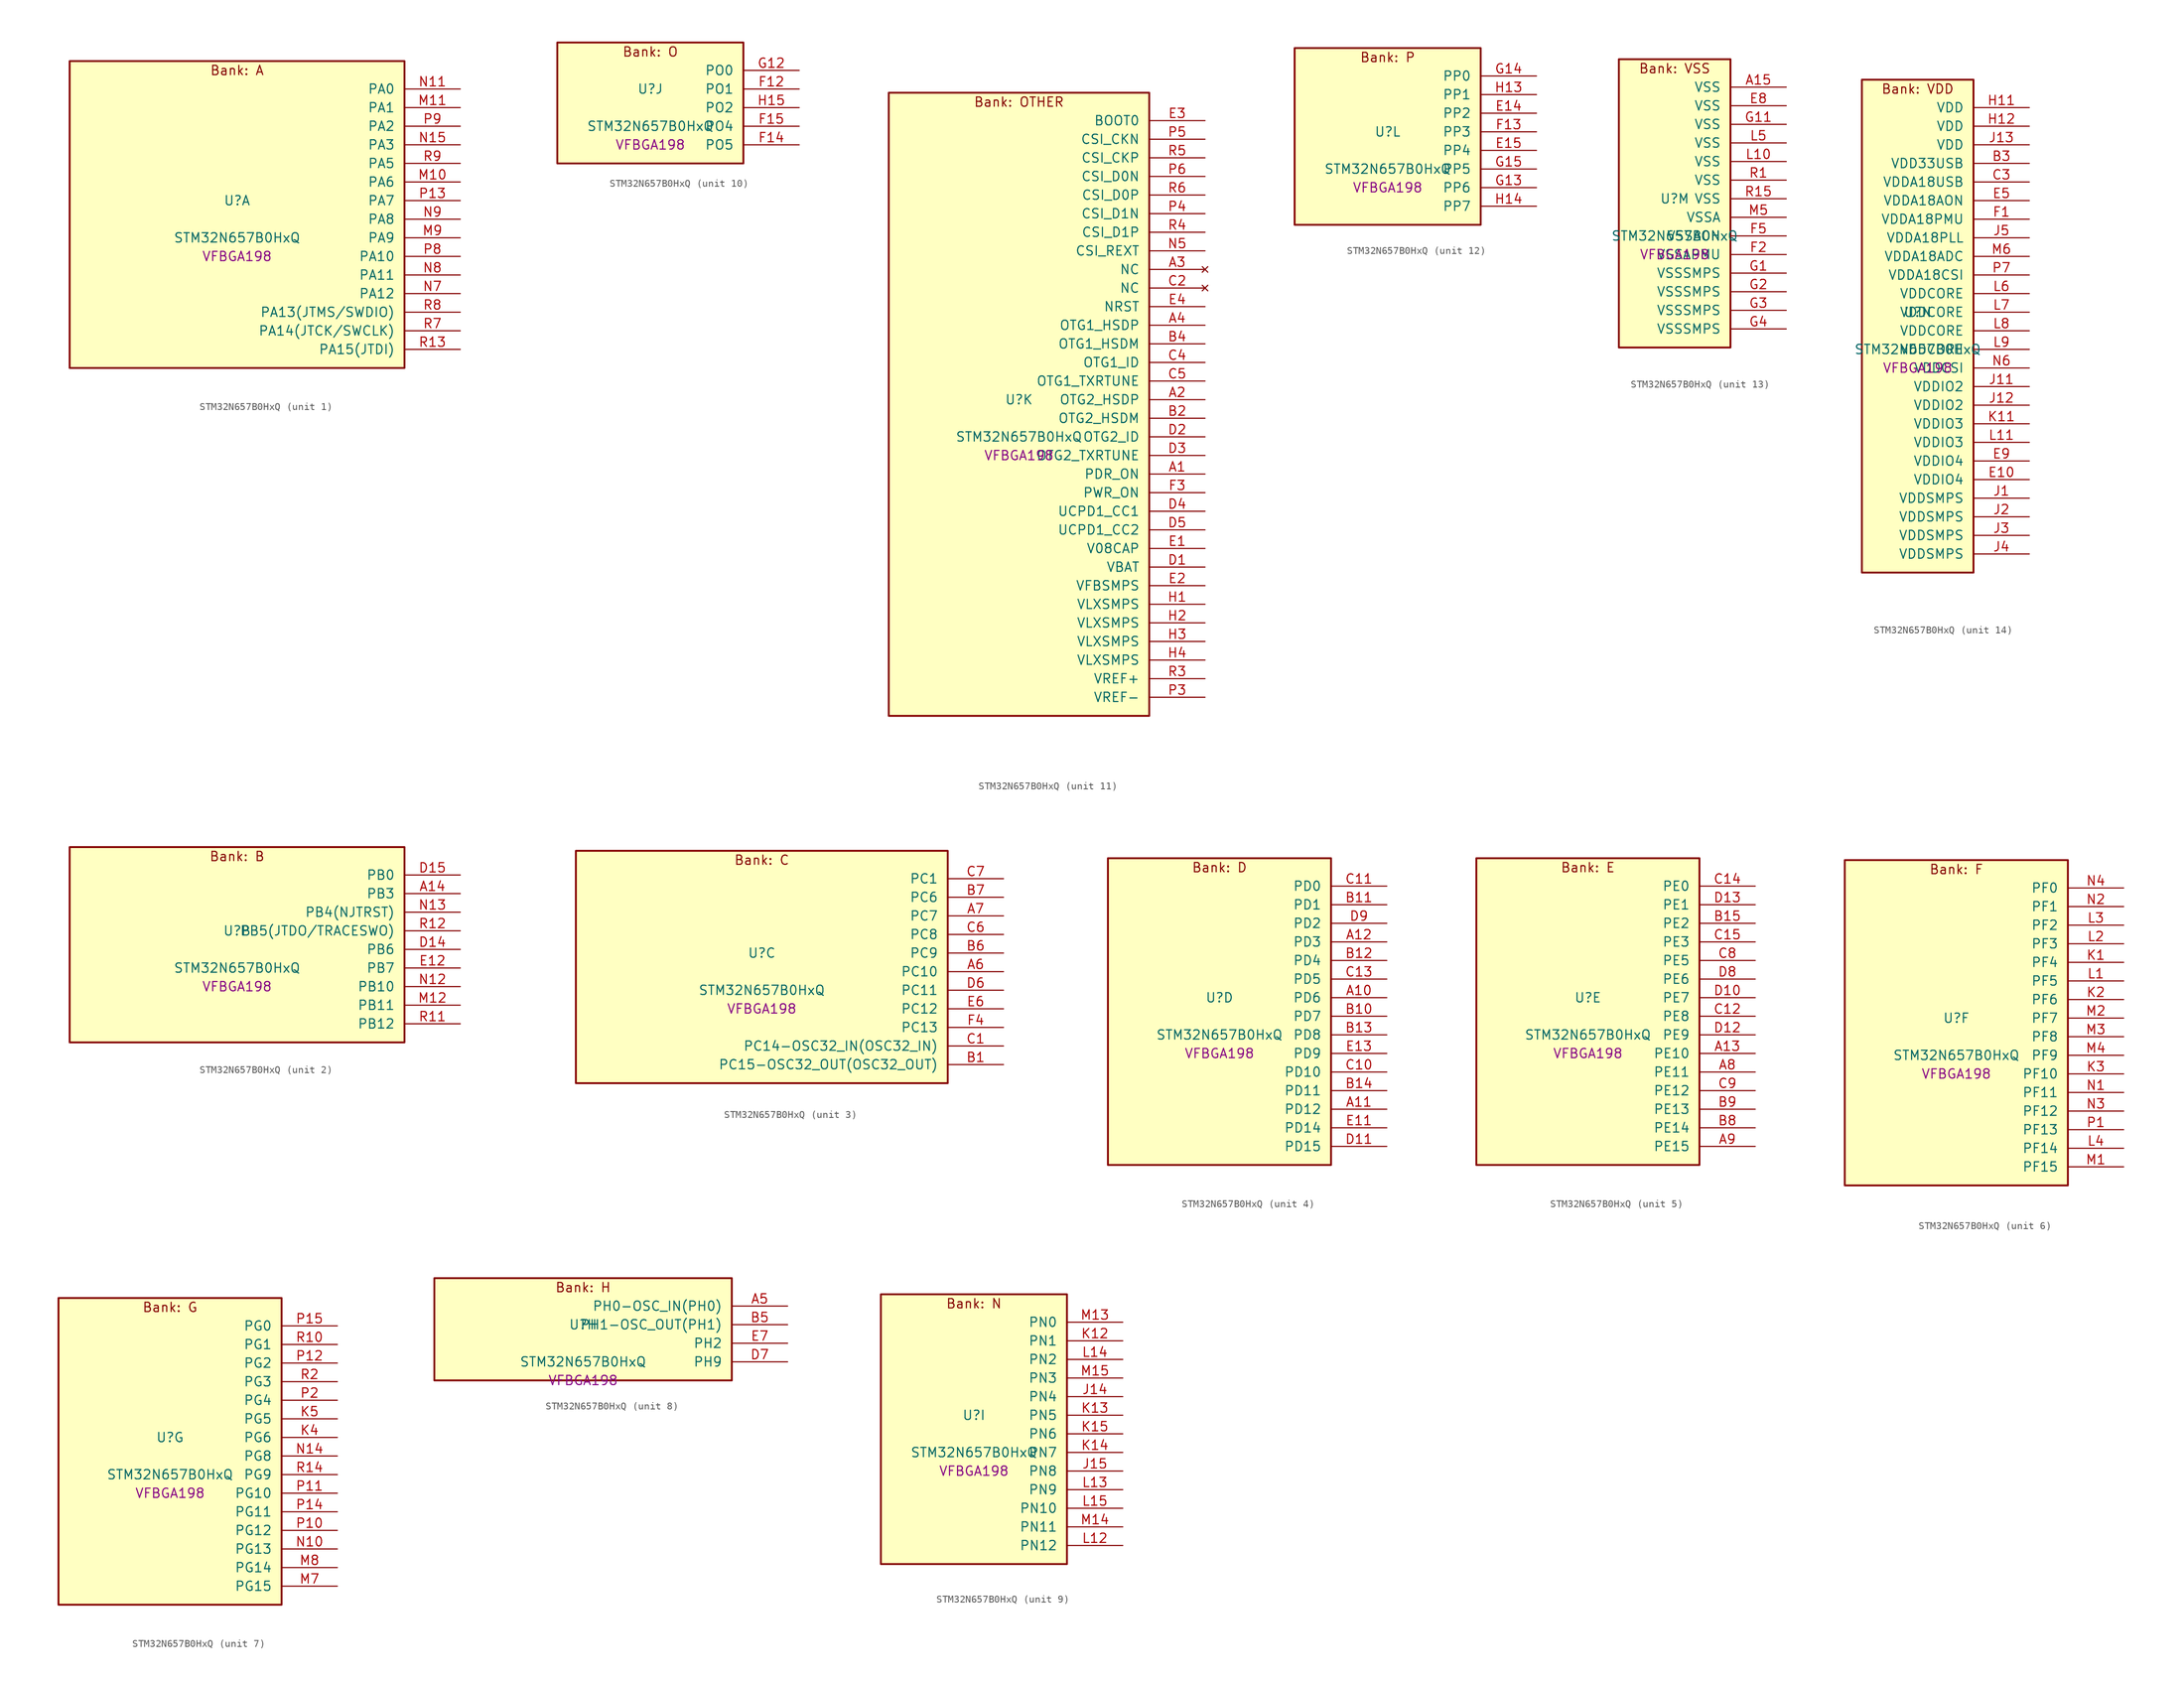
<source format=kicad_sym>
(kicad_symbol_lib
  (version 20241209)
  (generator "stm32_pkl_generator")
  (generator_version "1.0")
  (symbol "STM32N657B0HxQ"
    (pin_names
      (offset 1.27))
    (property "Reference" "U"
      (at 0 2.54 0))
    (property "Value" "STM32N657B0HxQ"
      (at 0 -2.54 0))
    (property "Footprint" "VFBGA198"
      (at 0 -5.08 0))
    (symbol "STM32N657B0HxQ_1_1"
      (rectangle (start -22.86 21.59) (end 22.86 -20.32) (stroke (width 0.254) (type solid)) (fill (type background)))
      (text "Bank: A" (at 0 20.32 0))
      (pin bidirectional line (at 30.48 17.78 180) (length 7.62) (name "PA0") (number "N11") (alternate "PA0/ADC1_INN1" bidirectional line) (alternate "PA0/ADC1_INP0" bidirectional line) (alternate "PA0/ADC2_INN1" bidirectional line) (alternate "PA0/ADC2_INP0" bidirectional line) (alternate "PA0/FMC_D7" bidirectional line) (alternate "PA0/FMC_DA7" bidirectional line) (alternate "PA0/HDP_HDP0" bidirectional line) (alternate "PA0/I2S6_WS" bidirectional line) (alternate "PA0/LTDC_G3" bidirectional line) (alternate "PA0/PWR_WKUP1" bidirectional line) (alternate "PA0/SAI2_SD_B" bidirectional line) (alternate "PA0/SPI6_NSS" bidirectional line) (alternate "PA0/TIM15_BKIN" bidirectional line) (alternate "PA0/TIM2_CH1" bidirectional line) (alternate "PA0/TIM5_CH1" bidirectional line) (alternate "PA0/TIM9_CH1" bidirectional line) (alternate "PA0/UART4_TX" bidirectional line) (alternate "PA0/USART2_CTS" bidirectional line) (alternate "PA0/USART2_NSS" bidirectional line))
      (pin bidirectional line (at 30.48 15.24 180) (length 7.62) (name "PA1") (number "M11") (alternate "PA1/ADC1_INP1" bidirectional line) (alternate "PA1/ADC2_INP1" bidirectional line) (alternate "PA1/DCMIPP_D0" bidirectional line) (alternate "PA1/DCMI_D0" bidirectional line) (alternate "PA1/FMC_D6" bidirectional line) (alternate "PA1/FMC_DA6" bidirectional line) (alternate "PA1/HDP_HDP1" bidirectional line) (alternate "PA1/LPTIM3_IN1" bidirectional line) (alternate "PA1/LTDC_G2" bidirectional line) (alternate "PA1/PSSI_D0" bidirectional line) (alternate "PA1/SAI2_MCLK_B" bidirectional line) (alternate "PA1/TIM15_CH1N" bidirectional line) (alternate "PA1/TIM2_CH2" bidirectional line) (alternate "PA1/TIM5_CH2" bidirectional line) (alternate "PA1/UART4_RX" bidirectional line) (alternate "PA1/USART2_RTS" bidirectional line))
      (pin bidirectional line (at 30.48 12.7 180) (length 7.62) (name "PA2") (number "P9") (alternate "PA2/ADC1_INP14" bidirectional line) (alternate "PA2/ADC2_INP14" bidirectional line) (alternate "PA2/FMC_D5" bidirectional line) (alternate "PA2/FMC_DA5" bidirectional line) (alternate "PA2/HDP_HDP2" bidirectional line) (alternate "PA2/LPTIM3_IN2" bidirectional line) (alternate "PA2/LTDC_B7" bidirectional line) (alternate "PA2/MDIOS_MDIO" bidirectional line) (alternate "PA2/PWR_WKUP2" bidirectional line) (alternate "PA2/SAI2_SCK_B" bidirectional line) (alternate "PA2/TIM15_CH1" bidirectional line) (alternate "PA2/TIM2_CH3" bidirectional line) (alternate "PA2/TIM5_CH3" bidirectional line) (alternate "PA2/USART2_TX" bidirectional line))
      (pin bidirectional line (at 30.48 10.16 180) (length 7.62) (name "PA3") (number "N15") (alternate "PA3/FMC_A17" bidirectional line) (alternate "PA3/FMC_ALE" bidirectional line) (alternate "PA3/SAI1_SD_B" bidirectional line) (alternate "PA3/SPI5_NSS" bidirectional line) (alternate "PA3/TIM16_CH1" bidirectional line) (alternate "PA3/UART7_RX" bidirectional line))
      (pin bidirectional line (at 30.48 7.62 180) (length 7.62) (name "PA5") (number "R9") (alternate "PA5/ADC2_INP18" bidirectional line) (alternate "PA5/DCMIPP_D8" bidirectional line) (alternate "PA5/DCMI_D8" bidirectional line) (alternate "PA5/FMC_NOE" bidirectional line) (alternate "PA5/HDP_HDP5" bidirectional line) (alternate "PA5/I2S1_CK" bidirectional line) (alternate "PA5/I2S6_CK" bidirectional line) (alternate "PA5/I3C1_SCL" bidirectional line) (alternate "PA5/LTDC_CLK" bidirectional line) (alternate "PA5/PSSI_D8" bidirectional line) (alternate "PA5/PWR_CSTOP" bidirectional line) (alternate "PA5/SPI1_SCK" bidirectional line) (alternate "PA5/SPI6_SCK" bidirectional line) (alternate "PA5/TIM10_CH1" bidirectional line) (alternate "PA5/TIM2_CH1" bidirectional line) (alternate "PA5/TIM2_ETR" bidirectional line) (alternate "PA5/TIM9_CH2" bidirectional line))
      (pin bidirectional line (at 30.48 5.08 180) (length 7.62) (name "PA6") (number "M10") (alternate "PA6/ADC1_INP3" bidirectional line) (alternate "PA6/ADC2_INP3" bidirectional line) (alternate "PA6/BOOT1" bidirectional line) (alternate "PA6/DCMIPP_PIXCLK" bidirectional line) (alternate "PA6/DCMI_PIXCLK" bidirectional line) (alternate "PA6/HDP_HDP6" bidirectional line) (alternate "PA6/I2S1_SDI" bidirectional line) (alternate "PA6/I2S6_SDI" bidirectional line) (alternate "PA6/I3C1_SDA" bidirectional line) (alternate "PA6/LPTIM3_ETR" bidirectional line) (alternate "PA6/LTDC_B7" bidirectional line) (alternate "PA6/LTDC_HSYNC" bidirectional line) (alternate "PA6/MDIOS_MDC" bidirectional line) (alternate "PA6/PSSI_PDCK" bidirectional line) (alternate "PA6/SPI1_MISO" bidirectional line) (alternate "PA6/SPI6_MISO" bidirectional line) (alternate "PA6/TIM13_CH1" bidirectional line) (alternate "PA6/TIM1_BKIN" bidirectional line) (alternate "PA6/TIM3_CH1" bidirectional line))
      (pin bidirectional line (at 30.48 2.54 180) (length 7.62) (name "PA7") (number "P13") (alternate "PA7/HDP_HDP7" bidirectional line) (alternate "PA7/I2S1_SDO" bidirectional line) (alternate "PA7/I2S6_SDO" bidirectional line) (alternate "PA7/LTDC_B1" bidirectional line) (alternate "PA7/LTDC_R4" bidirectional line) (alternate "PA7/SPI1_MOSI" bidirectional line) (alternate "PA7/SPI6_MOSI" bidirectional line) (alternate "PA7/TIM14_CH1" bidirectional line) (alternate "PA7/TIM1_CH1N" bidirectional line) (alternate "PA7/TIM3_CH2" bidirectional line) (alternate "PA7/USART1_RX" bidirectional line))
      (pin bidirectional line (at 30.48 0 180) (length 7.62) (name "PA8") (number "N9") (alternate "PA8/ADC1_INP5" bidirectional line) (alternate "PA8/ADC2_INP5" bidirectional line) (alternate "PA8/FMC_D4" bidirectional line) (alternate "PA8/FMC_DA4" bidirectional line) (alternate "PA8/HDP_HDP0" bidirectional line) (alternate "PA8/I2C3_SCL" bidirectional line) (alternate "PA8/I3C2_SCL" bidirectional line) (alternate "PA8/LTDC_B6" bidirectional line) (alternate "PA8/RCC_MCO_1" bidirectional line) (alternate "PA8/TIM11_CH1" bidirectional line) (alternate "PA8/TIM1_CH1" bidirectional line) (alternate "PA8/UART7_RX" bidirectional line) (alternate "PA8/USART1_CK" bidirectional line))
      (pin bidirectional line (at 30.48 -2.54 180) (length 7.62) (name "PA9") (number "M9") (alternate "PA9/ADC1_INP10" bidirectional line) (alternate "PA9/ADC2_INP10" bidirectional line) (alternate "PA9/DCMIPP_D0" bidirectional line) (alternate "PA9/DCMI_D0" bidirectional line) (alternate "PA9/FMC_D3" bidirectional line) (alternate "PA9/FMC_DA3" bidirectional line) (alternate "PA9/HDP_HDP1" bidirectional line) (alternate "PA9/I2C3_SDA" bidirectional line) (alternate "PA9/I2S2_CK" bidirectional line) (alternate "PA9/I3C2_SDA" bidirectional line) (alternate "PA9/LPUART1_TX" bidirectional line) (alternate "PA9/LTDC_B5" bidirectional line) (alternate "PA9/PSSI_D0" bidirectional line) (alternate "PA9/SPI2_SCK" bidirectional line) (alternate "PA9/TIM1_CH2" bidirectional line) (alternate "PA9/USART1_TX" bidirectional line))
      (pin bidirectional line (at 30.48 -5.08 180) (length 7.62) (name "PA10") (number "P8") (alternate "PA10/ADC1_INN10" bidirectional line) (alternate "PA10/ADC1_INP11" bidirectional line) (alternate "PA10/ADC2_INN10" bidirectional line) (alternate "PA10/ADC2_INP11" bidirectional line) (alternate "PA10/DCMIPP_D1" bidirectional line) (alternate "PA10/DCMI_D1" bidirectional line) (alternate "PA10/FMC_D2" bidirectional line) (alternate "PA10/FMC_DA2" bidirectional line) (alternate "PA10/HDP_HDP2" bidirectional line) (alternate "PA10/LPUART1_RX" bidirectional line) (alternate "PA10/LTDC_B4" bidirectional line) (alternate "PA10/MDIOS_MDIO" bidirectional line) (alternate "PA10/PSSI_D1" bidirectional line) (alternate "PA10/PWR_CSLEEP" bidirectional line) (alternate "PA10/TIM1_CH3" bidirectional line) (alternate "PA10/USART1_RX" bidirectional line))
      (pin bidirectional line (at 30.48 -7.62 180) (length 7.62) (name "PA11") (number "N8") (alternate "PA11/ADC1_EXTI11" bidirectional line) (alternate "PA11/ADC1_INN11" bidirectional line) (alternate "PA11/ADC1_INP12" bidirectional line) (alternate "PA11/ADC2_EXTI11" bidirectional line) (alternate "PA11/ADC2_INN11" bidirectional line) (alternate "PA11/ADC2_INP12" bidirectional line) (alternate "PA11/FDCAN1_RX" bidirectional line) (alternate "PA11/FMC_D1" bidirectional line) (alternate "PA11/FMC_DA1" bidirectional line) (alternate "PA11/HDP_HDP3" bidirectional line) (alternate "PA11/I2S2_WS" bidirectional line) (alternate "PA11/LPUART1_CTS" bidirectional line) (alternate "PA11/LTDC_B3" bidirectional line) (alternate "PA11/SPI2_NSS" bidirectional line) (alternate "PA11/TIM1_CH4" bidirectional line) (alternate "PA11/UART4_RX" bidirectional line) (alternate "PA11/USART1_CTS" bidirectional line) (alternate "PA11/USART1_NSS" bidirectional line))
      (pin bidirectional line (at 30.48 -10.16 180) (length 7.62) (name "PA12") (number "N7") (alternate "PA12/ADC1_INN12" bidirectional line) (alternate "PA12/ADC1_INP13" bidirectional line) (alternate "PA12/ADC2_INN12" bidirectional line) (alternate "PA12/ADC2_INP13" bidirectional line) (alternate "PA12/FDCAN1_TX" bidirectional line) (alternate "PA12/FMC_D0" bidirectional line) (alternate "PA12/FMC_DA0" bidirectional line) (alternate "PA12/HDP_HDP4" bidirectional line) (alternate "PA12/I2S2_CK" bidirectional line) (alternate "PA12/LPUART1_RTS" bidirectional line) (alternate "PA12/LTDC_B2" bidirectional line) (alternate "PA12/SAI2_FS_B" bidirectional line) (alternate "PA12/SPI2_SCK" bidirectional line) (alternate "PA12/TIM1_ETR" bidirectional line) (alternate "PA12/UART4_TX" bidirectional line) (alternate "PA12/USART1_RTS" bidirectional line))
      (pin bidirectional line (at 30.48 -12.7 180) (length 7.62) (name "PA13(JTMS/SWDIO)") (number "R8") (alternate "PA13(JTMS/SWDIO)/DEBUG_JTMS-SWDIO" bidirectional line) (alternate "PA13(JTMS/SWDIO)/HDP_HDP5" bidirectional line))
      (pin bidirectional line (at 30.48 -15.24 180) (length 7.62) (name "PA14(JTCK/SWCLK)") (number "R7") (alternate "PA14(JTCK/SWCLK)/DEBUG_JTCK-SWCLK" bidirectional line) (alternate "PA14(JTCK/SWCLK)/HDP_HDP6" bidirectional line))
      (pin bidirectional line (at 30.48 -17.78 180) (length 7.62) (name "PA15(JTDI)") (number "R13") (alternate "PA15(JTDI)/ADC1_EXTI15" bidirectional line) (alternate "PA15(JTDI)/ADC2_EXTI15" bidirectional line) (alternate "PA15(JTDI)/DEBUG_JTDI" bidirectional line) (alternate "PA15(JTDI)/FMC_D15" bidirectional line) (alternate "PA15(JTDI)/FMC_DA15" bidirectional line) (alternate "PA15(JTDI)/HDP_HDP7" bidirectional line) (alternate "PA15(JTDI)/I2S1_WS" bidirectional line) (alternate "PA15(JTDI)/I2S3_WS" bidirectional line) (alternate "PA15(JTDI)/I2S6_WS" bidirectional line) (alternate "PA15(JTDI)/LTDC_R5" bidirectional line) (alternate "PA15(JTDI)/SPI1_NSS" bidirectional line) (alternate "PA15(JTDI)/SPI3_NSS" bidirectional line) (alternate "PA15(JTDI)/SPI6_NSS" bidirectional line) (alternate "PA15(JTDI)/TIM2_CH1" bidirectional line) (alternate "PA15(JTDI)/TIM2_ETR" bidirectional line) (alternate "PA15(JTDI)/UART4_DE" bidirectional line) (alternate "PA15(JTDI)/UART4_RTS" bidirectional line) (alternate "PA15(JTDI)/UART7_TX" bidirectional line)))
    (symbol "STM32N657B0HxQ_2_1"
      (rectangle (start -22.86 13.97) (end 22.86 -12.7) (stroke (width 0.254) (type solid)) (fill (type background)))
      (text "Bank: B" (at 0 12.7 0))
      (pin bidirectional line (at 30.48 10.16 180) (length 7.62) (name "PB0") (number "D15") (alternate "PB0/ADF1_SDI0" bidirectional line) (alternate "PB0/DCMIPP_D4" bidirectional line) (alternate "PB0/DCMI_D4" bidirectional line) (alternate "PB0/DEBUG_TRACED1" bidirectional line) (alternate "PB0/FMC_D13" bidirectional line) (alternate "PB0/FMC_DA13" bidirectional line) (alternate "PB0/MDF1_SDI2" bidirectional line) (alternate "PB0/PSSI_D4" bidirectional line) (alternate "PB0/SAI1_D2" bidirectional line) (alternate "PB0/SAI1_FS_A" bidirectional line) (alternate "PB0/SPI4_NSS" bidirectional line) (alternate "PB0/TIM15_CH1N" bidirectional line) (alternate "PB0/TIM1_CH4" bidirectional line))
      (pin bidirectional line (at 30.48 7.62 180) (length 7.62) (name "PB3") (number "A14") (alternate "PB3/DEBUG_JTDO-SWO" bidirectional line) (alternate "PB3/DEBUG_TRACECLK" bidirectional line) (alternate "PB3/FMC_A23" bidirectional line) (alternate "PB3/FMC_NBL1" bidirectional line) (alternate "PB3/GFXTIM_FCKCAL" bidirectional line) (alternate "PB3/GFXTIM_LCKCAL" bidirectional line) (alternate "PB3/HDP_HDP0" bidirectional line) (alternate "PB3/MDF1_CKI1" bidirectional line) (alternate "PB3/SAI2_FS_B" bidirectional line) (alternate "PB3/TIM1_CH4N" bidirectional line) (alternate "PB3/USART1_CK" bidirectional line))
      (pin bidirectional line (at 30.48 5.08 180) (length 7.62) (name "PB4(NJTRST)") (number "N13") (alternate "PB4(NJTRST)/DCMIPP_VSYNC" bidirectional line) (alternate "PB4(NJTRST)/DCMI_VSYNC" bidirectional line) (alternate "PB4(NJTRST)/DEBUG_NJTRST" bidirectional line) (alternate "PB4(NJTRST)/FMC_D13" bidirectional line) (alternate "PB4(NJTRST)/FMC_DA13" bidirectional line) (alternate "PB4(NJTRST)/HDP_HDP4" bidirectional line) (alternate "PB4(NJTRST)/I2S1_SDI" bidirectional line) (alternate "PB4(NJTRST)/I2S2_WS" bidirectional line) (alternate "PB4(NJTRST)/I2S3_SDI" bidirectional line) (alternate "PB4(NJTRST)/I2S6_SDI" bidirectional line) (alternate "PB4(NJTRST)/LTDC_R3" bidirectional line) (alternate "PB4(NJTRST)/PSSI_RDY" bidirectional line) (alternate "PB4(NJTRST)/SPI1_MISO" bidirectional line) (alternate "PB4(NJTRST)/SPI2_NSS" bidirectional line) (alternate "PB4(NJTRST)/SPI3_MISO" bidirectional line) (alternate "PB4(NJTRST)/SPI6_MISO" bidirectional line) (alternate "PB4(NJTRST)/TIM16_BKIN" bidirectional line) (alternate "PB4(NJTRST)/TIM3_CH1" bidirectional line) (alternate "PB4(NJTRST)/UART7_TX" bidirectional line))
      (pin bidirectional line (at 30.48 2.54 180) (length 7.62) (name "PB5(JTDO/TRACESWO)") (number "R12") (alternate "PB5(JTDO/TRACESWO)/DCMIPP_D10" bidirectional line) (alternate "PB5(JTDO/TRACESWO)/DCMI_D10" bidirectional line) (alternate "PB5(JTDO/TRACESWO)/DEBUG_JTDO-SWO" bidirectional line) (alternate "PB5(JTDO/TRACESWO)/FDCAN2_RX" bidirectional line) (alternate "PB5(JTDO/TRACESWO)/FMC_D12" bidirectional line) (alternate "PB5(JTDO/TRACESWO)/FMC_DA12" bidirectional line) (alternate "PB5(JTDO/TRACESWO)/HDP_HDP5" bidirectional line) (alternate "PB5(JTDO/TRACESWO)/I2C1_SMBA" bidirectional line) (alternate "PB5(JTDO/TRACESWO)/I2S1_SDO" bidirectional line) (alternate "PB5(JTDO/TRACESWO)/I2S3_SDO" bidirectional line) (alternate "PB5(JTDO/TRACESWO)/I2S6_SDO" bidirectional line) (alternate "PB5(JTDO/TRACESWO)/LTDC_R2" bidirectional line) (alternate "PB5(JTDO/TRACESWO)/PSSI_D10" bidirectional line) (alternate "PB5(JTDO/TRACESWO)/SPI1_MOSI" bidirectional line) (alternate "PB5(JTDO/TRACESWO)/SPI3_MOSI" bidirectional line) (alternate "PB5(JTDO/TRACESWO)/SPI6_MOSI" bidirectional line) (alternate "PB5(JTDO/TRACESWO)/TIM17_BKIN" bidirectional line) (alternate "PB5(JTDO/TRACESWO)/TIM3_CH2" bidirectional line) (alternate "PB5(JTDO/TRACESWO)/UART5_RX" bidirectional line))
      (pin bidirectional line (at 30.48 0 180) (length 7.62) (name "PB6") (number "D14") (alternate "PB6/ADF1_CCK1" bidirectional line) (alternate "PB6/DCMIPP_D6" bidirectional line) (alternate "PB6/DCMI_D6" bidirectional line) (alternate "PB6/DEBUG_TRACED2" bidirectional line) (alternate "PB6/FMC_D14" bidirectional line) (alternate "PB6/FMC_DA14" bidirectional line) (alternate "PB6/MDF1_CCK1" bidirectional line) (alternate "PB6/PSSI_D6" bidirectional line) (alternate "PB6/SAI1_CK2" bidirectional line) (alternate "PB6/SAI1_SCK_A" bidirectional line) (alternate "PB6/SPI4_MISO" bidirectional line) (alternate "PB6/TIM15_CH1" bidirectional line))
      (pin bidirectional line (at 30.48 -2.54 180) (length 7.62) (name "PB7") (number "E12") (alternate "PB7/ADF1_SDI0" bidirectional line) (alternate "PB7/DCMIPP_D7" bidirectional line) (alternate "PB7/DCMI_D7" bidirectional line) (alternate "PB7/DEBUG_TRACED3" bidirectional line) (alternate "PB7/FMC_D15" bidirectional line) (alternate "PB7/FMC_DA15" bidirectional line) (alternate "PB7/MDF1_SDI1" bidirectional line) (alternate "PB7/PSSI_D7" bidirectional line) (alternate "PB7/SAI1_D1" bidirectional line) (alternate "PB7/SAI1_SD_A" bidirectional line) (alternate "PB7/SAI2_MCLK_B" bidirectional line) (alternate "PB7/SPI4_MOSI" bidirectional line) (alternate "PB7/TIM15_CH2" bidirectional line) (alternate "PB7/TIM1_BKIN2" bidirectional line))
      (pin bidirectional line (at 30.48 -5.08 180) (length 7.62) (name "PB10") (number "N12") (alternate "PB10/ADC1_INN4" bidirectional line) (alternate "PB10/ADC1_INP8" bidirectional line) (alternate "PB10/ADC2_INN4" bidirectional line) (alternate "PB10/ADC2_INP8" bidirectional line) (alternate "PB10/FMC_D11" bidirectional line) (alternate "PB10/FMC_DA11" bidirectional line) (alternate "PB10/HDP_HDP2" bidirectional line) (alternate "PB10/I2C2_SCL" bidirectional line) (alternate "PB10/I2S2_CK" bidirectional line) (alternate "PB10/I3C2_SCL" bidirectional line) (alternate "PB10/LPTIM2_IN1" bidirectional line) (alternate "PB10/LTDC_G7" bidirectional line) (alternate "PB10/SPI2_SCK" bidirectional line) (alternate "PB10/TIM2_CH3" bidirectional line) (alternate "PB10/USART3_TX" bidirectional line))
      (pin bidirectional line (at 30.48 -7.62 180) (length 7.62) (name "PB11") (number "M12") (alternate "PB11/ADC1_EXTI11" bidirectional line) (alternate "PB11/ADC1_INP4" bidirectional line) (alternate "PB11/ADC2_EXTI11" bidirectional line) (alternate "PB11/ADC2_INP4" bidirectional line) (alternate "PB11/FMC_D10" bidirectional line) (alternate "PB11/FMC_DA10" bidirectional line) (alternate "PB11/HDP_HDP3" bidirectional line) (alternate "PB11/I2C2_SDA" bidirectional line) (alternate "PB11/I3C2_SDA" bidirectional line) (alternate "PB11/LPTIM2_ETR" bidirectional line) (alternate "PB11/LTDC_G6" bidirectional line) (alternate "PB11/TIM2_CH4" bidirectional line) (alternate "PB11/USART3_RX" bidirectional line))
      (pin bidirectional line (at 30.48 -10.16 180) (length 7.62) (name "PB12") (number "R11") (alternate "PB12/FDCAN2_RX" bidirectional line) (alternate "PB12/FMC_D9" bidirectional line) (alternate "PB12/FMC_DA9" bidirectional line) (alternate "PB12/HDP_HDP4" bidirectional line) (alternate "PB12/I2C2_SMBA" bidirectional line) (alternate "PB12/I2S2_WS" bidirectional line) (alternate "PB12/LPTIM2_IN2" bidirectional line) (alternate "PB12/LTDC_G5" bidirectional line) (alternate "PB12/SPI2_NSS" bidirectional line) (alternate "PB12/TIM1_BKIN" bidirectional line) (alternate "PB12/UART5_RX" bidirectional line) (alternate "PB12/USART3_CK" bidirectional line)))
    (symbol "STM32N657B0HxQ_3_1"
      (rectangle (start -25.4 16.51) (end 25.4 -15.24) (stroke (width 0.254) (type solid)) (fill (type background)))
      (text "Bank: C" (at 0 15.24 0))
      (pin bidirectional line (at 33.02 12.7 180) (length 7.62) (name "PC1") (number "C7") (alternate "PC1/DCMIPP_D7" bidirectional line) (alternate "PC1/DCMI_D7" bidirectional line) (alternate "PC1/FDCAN1_TX" bidirectional line) (alternate "PC1/HDP_HDP1" bidirectional line) (alternate "PC1/I2C1_SDA" bidirectional line) (alternate "PC1/I2S2_WS" bidirectional line) (alternate "PC1/I3C1_SDA" bidirectional line) (alternate "PC1/PSSI_D7" bidirectional line) (alternate "PC1/SDMMC1_CDIR" bidirectional line) (alternate "PC1/SDMMC1_D5" bidirectional line) (alternate "PC1/SPI2_NSS" bidirectional line) (alternate "PC1/TIM17_CH1" bidirectional line) (alternate "PC1/TIM4_CH4" bidirectional line) (alternate "PC1/UART4_TX" bidirectional line))
      (pin bidirectional line (at 33.02 10.16 180) (length 7.62) (name "PC6") (number "B7") (alternate "PC6/DCMIPP_D1" bidirectional line) (alternate "PC6/DCMI_D1" bidirectional line) (alternate "PC6/HDP_HDP6" bidirectional line) (alternate "PC6/I2S2_MCK" bidirectional line) (alternate "PC6/PSSI_D1" bidirectional line) (alternate "PC6/SDMMC1_D0DIR" bidirectional line) (alternate "PC6/SDMMC1_D6" bidirectional line) (alternate "PC6/TIM1_CH1" bidirectional line) (alternate "PC6/TIM3_CH1" bidirectional line) (alternate "PC6/TIM9_CH1" bidirectional line) (alternate "PC6/USART6_TX" bidirectional line))
      (pin bidirectional line (at 33.02 7.62 180) (length 7.62) (name "PC7") (number "A7") (alternate "PC7/DCMIPP_D1" bidirectional line) (alternate "PC7/DCMI_D1" bidirectional line) (alternate "PC7/DEBUG_TRGIO" bidirectional line) (alternate "PC7/HDP_HDP7" bidirectional line) (alternate "PC7/I2S3_MCK" bidirectional line) (alternate "PC7/PSSI_D1" bidirectional line) (alternate "PC7/SDMMC1_D123DIR" bidirectional line) (alternate "PC7/SDMMC1_D7" bidirectional line) (alternate "PC7/TIM16_CH1N" bidirectional line) (alternate "PC7/TIM3_CH2" bidirectional line) (alternate "PC7/TIM9_CH2" bidirectional line) (alternate "PC7/USART6_RX" bidirectional line))
      (pin bidirectional line (at 33.02 5.08 180) (length 7.62) (name "PC8") (number "C6") (alternate "PC8/DCMIPP_D2" bidirectional line) (alternate "PC8/DCMI_D2" bidirectional line) (alternate "PC8/DEBUG_TRACED1" bidirectional line) (alternate "PC8/FMC_NE4" bidirectional line) (alternate "PC8/HDP_HDP0" bidirectional line) (alternate "PC8/I2C3_SMBA" bidirectional line) (alternate "PC8/LTDC_B0" bidirectional line) (alternate "PC8/PSSI_D2" bidirectional line) (alternate "PC8/SDMMC1_D0" bidirectional line) (alternate "PC8/TIM3_CH3" bidirectional line) (alternate "PC8/UART5_DE" bidirectional line) (alternate "PC8/UART5_RTS" bidirectional line) (alternate "PC8/UCPD1_FRSTX1" bidirectional line) (alternate "PC8/USART6_CK" bidirectional line))
      (pin bidirectional line (at 33.02 2.54 180) (length 7.62) (name "PC9") (number "B6") (alternate "PC9/AUDIOCLK" bidirectional line) (alternate "PC9/DCMIPP_D3" bidirectional line) (alternate "PC9/DCMI_D3" bidirectional line) (alternate "PC9/HDP_HDP1" bidirectional line) (alternate "PC9/I2C3_SDA" bidirectional line) (alternate "PC9/LTDC_B3" bidirectional line) (alternate "PC9/PSSI_D3" bidirectional line) (alternate "PC9/RCC_MCO_2" bidirectional line) (alternate "PC9/SDMMC1_D1" bidirectional line) (alternate "PC9/TIM3_CH4" bidirectional line) (alternate "PC9/UART5_CTS" bidirectional line) (alternate "PC9/UCPD1_FRSTX2" bidirectional line) (alternate "PC9/USART6_RX" bidirectional line))
      (pin bidirectional line (at 33.02 0 180) (length 7.62) (name "PC10") (number "A6") (alternate "PC10/DCMIPP_D14" bidirectional line) (alternate "PC10/FMC_CLK" bidirectional line) (alternate "PC10/HDP_HDP2" bidirectional line) (alternate "PC10/I2C4_SCL" bidirectional line) (alternate "PC10/I2S3_CK" bidirectional line) (alternate "PC10/I3C2_SCL" bidirectional line) (alternate "PC10/PSSI_D14" bidirectional line) (alternate "PC10/SDMMC1_D2" bidirectional line) (alternate "PC10/SPI3_SCK" bidirectional line) (alternate "PC10/TIM1_BKIN" bidirectional line) (alternate "PC10/UART4_TX" bidirectional line) (alternate "PC10/USART3_TX" bidirectional line))
      (pin bidirectional line (at 33.02 -2.54 180) (length 7.62) (name "PC11") (number "D6") (alternate "PC11/ADC1_EXTI11" bidirectional line) (alternate "PC11/ADC2_EXTI11" bidirectional line) (alternate "PC11/DCMIPP_D4" bidirectional line) (alternate "PC11/DCMI_D4" bidirectional line) (alternate "PC11/HDP_HDP3" bidirectional line) (alternate "PC11/I2C4_SDA" bidirectional line) (alternate "PC11/I2S3_SDI" bidirectional line) (alternate "PC11/I3C2_SDA" bidirectional line) (alternate "PC11/PSSI_D4" bidirectional line) (alternate "PC11/SDMMC1_D3" bidirectional line) (alternate "PC11/SPI3_MISO" bidirectional line) (alternate "PC11/UART4_RX" bidirectional line) (alternate "PC11/USART3_RX" bidirectional line))
      (pin bidirectional line (at 33.02 -5.08 180) (length 7.62) (name "PC12") (number "E6") (alternate "PC12/DCMIPP_D9" bidirectional line) (alternate "PC12/DCMI_D9" bidirectional line) (alternate "PC12/DEBUG_TRACED3" bidirectional line) (alternate "PC12/FMC_NL" bidirectional line) (alternate "PC12/HDP_HDP4" bidirectional line) (alternate "PC12/I2S3_SDO" bidirectional line) (alternate "PC12/I2S6_CK" bidirectional line) (alternate "PC12/PSSI_D9" bidirectional line) (alternate "PC12/SDMMC1_CK" bidirectional line) (alternate "PC12/SPI3_MOSI" bidirectional line) (alternate "PC12/SPI6_SCK" bidirectional line) (alternate "PC12/TIM15_CH1" bidirectional line) (alternate "PC12/TIM1_CH4" bidirectional line) (alternate "PC12/UART5_TX" bidirectional line) (alternate "PC12/USART3_CK" bidirectional line))
      (pin bidirectional line (at 33.02 -7.62 180) (length 7.62) (name "PC13") (number "F4") (alternate "PC13/HDP_HDP5" bidirectional line) (alternate "PC13/PWR_WKUP3" bidirectional line) (alternate "PC13/RTC_OUT1" bidirectional line) (alternate "PC13/RTC_TS" bidirectional line) (alternate "PC13/TAMP_IN1" bidirectional line) (alternate "PC13/TAMP_OUT2" bidirectional line))
      (pin bidirectional line (at 33.02 -10.16 180) (length 7.62) (name "PC14-OSC32_IN(OSC32_IN)") (number "C1") (alternate "PC14-OSC32_IN(OSC32_IN)/RCC_OSC32_IN" bidirectional line))
      (pin bidirectional line (at 33.02 -12.7 180) (length 7.62) (name "PC15-OSC32_OUT(OSC32_OUT)") (number "B1") (alternate "PC15-OSC32_OUT(OSC32_OUT)/ADC1_EXTI15" bidirectional line) (alternate "PC15-OSC32_OUT(OSC32_OUT)/ADC2_EXTI15" bidirectional line) (alternate "PC15-OSC32_OUT(OSC32_OUT)/RCC_OSC32_OUT" bidirectional line)))
    (symbol "STM32N657B0HxQ_4_1"
      (rectangle (start -15.24 21.59) (end 15.24 -20.32) (stroke (width 0.254) (type solid)) (fill (type background)))
      (text "Bank: D" (at 0 20.32 0))
      (pin bidirectional line (at 22.86 17.78 180) (length 7.62) (name "PD0") (number "C11") (alternate "PD0/DCMIPP_HSYNC" bidirectional line) (alternate "PD0/DCMI_HSYNC" bidirectional line) (alternate "PD0/FDCAN1_RX" bidirectional line) (alternate "PD0/FMC_A6" bidirectional line) (alternate "PD0/FMC_A22" bidirectional line) (alternate "PD0/PSSI_DE" bidirectional line) (alternate "PD0/TIM1_ETR" bidirectional line) (alternate "PD0/UART4_RX" bidirectional line) (alternate "PD0/UART9_CTS" bidirectional line))
      (pin bidirectional line (at 22.86 15.24 180) (length 7.62) (name "PD1") (number "B11") (alternate "PD1/ETH1_MDC" bidirectional line) (alternate "PD1/FDCAN1_TX" bidirectional line) (alternate "PD1/FMC_A7" bidirectional line) (alternate "PD1/FMC_A23" bidirectional line) (alternate "PD1/UART4_TX" bidirectional line))
      (pin bidirectional line (at 22.86 12.7 180) (length 7.62) (name "PD2") (number "D9") (alternate "PD2/ADF1_SDI0" bidirectional line) (alternate "PD2/DEBUG_TRACED0" bidirectional line) (alternate "PD2/FMC_A0" bidirectional line) (alternate "PD2/FMC_A16" bidirectional line) (alternate "PD2/FMC_CLE" bidirectional line) (alternate "PD2/HDP_HDP1" bidirectional line) (alternate "PD2/I2S2_SDO" bidirectional line) (alternate "PD2/MDF1_SDI1" bidirectional line) (alternate "PD2/MDIOS_MDC" bidirectional line) (alternate "PD2/PWR_WKUP4" bidirectional line) (alternate "PD2/SAI1_D1" bidirectional line) (alternate "PD2/SAI1_SD_A" bidirectional line) (alternate "PD2/SPI2_MOSI" bidirectional line) (alternate "PD2/TIM15_CH1N" bidirectional line) (alternate "PD2/TIM1_CH3" bidirectional line))
      (pin bidirectional line (at 22.86 10.16 180) (length 7.62) (name "PD3") (number "A12") (alternate "PD3/DCMIPP_D14" bidirectional line) (alternate "PD3/ETH1_PHY_INTN" bidirectional line) (alternate "PD3/FMC_A10" bidirectional line) (alternate "PD3/I2C2_SMBA" bidirectional line) (alternate "PD3/PSSI_D14" bidirectional line) (alternate "PD3/USART6_CTS" bidirectional line))
      (pin bidirectional line (at 22.86 7.62 180) (length 7.62) (name "PD4") (number "B12") (alternate "PD4/DCMIPP_D9" bidirectional line) (alternate "PD4/DCMI_D9" bidirectional line) (alternate "PD4/FMC_A11" bidirectional line) (alternate "PD4/I2C2_SDA" bidirectional line) (alternate "PD4/PSSI_D9" bidirectional line) (alternate "PD4/SPI5_MISO" bidirectional line) (alternate "PD4/TAMP_IN7" bidirectional line) (alternate "PD4/TAMP_OUT8" bidirectional line) (alternate "PD4/TIM1_BKIN2" bidirectional line) (alternate "PD4/USART6_RTS" bidirectional line))
      (pin bidirectional line (at 22.86 5.08 180) (length 7.62) (name "PD5") (number "C13") (alternate "PD5/DCMIPP_PIXCLK" bidirectional line) (alternate "PD5/DCMI_PIXCLK" bidirectional line) (alternate "PD5/FMC_D6" bidirectional line) (alternate "PD5/FMC_DA6" bidirectional line) (alternate "PD5/PSSI_PDCK" bidirectional line) (alternate "PD5/TIM1_CH4N" bidirectional line) (alternate "PD5/USART2_TX" bidirectional line))
      (pin bidirectional line (at 22.86 2.54 180) (length 7.62) (name "PD6") (number "A10") (alternate "PD6/FMC_A1" bidirectional line) (alternate "PD6/FMC_A17" bidirectional line) (alternate "PD6/FMC_ALE" bidirectional line) (alternate "PD6/HDP_HDP2" bidirectional line) (alternate "PD6/I2S2_SDI" bidirectional line) (alternate "PD6/SPI2_MISO" bidirectional line) (alternate "PD6/TIM15_CH2" bidirectional line) (alternate "PD6/TIM1_CH1" bidirectional line))
      (pin bidirectional line (at 22.86 0 180) (length 7.62) (name "PD7") (number "B10") (alternate "PD7/DCMIPP_D0" bidirectional line) (alternate "PD7/DCMI_D0" bidirectional line) (alternate "PD7/FMC_A2" bidirectional line) (alternate "PD7/FMC_A18" bidirectional line) (alternate "PD7/HDP_HDP3" bidirectional line) (alternate "PD7/I2S2_SDO" bidirectional line) (alternate "PD7/I2S3_WS" bidirectional line) (alternate "PD7/PSSI_D0" bidirectional line) (alternate "PD7/SPI2_MOSI" bidirectional line) (alternate "PD7/SPI3_NSS" bidirectional line) (alternate "PD7/TIM15_CH1N" bidirectional line) (alternate "PD7/TIM1_CH2" bidirectional line))
      (pin bidirectional line (at 22.86 -2.54 180) (length 7.62) (name "PD8") (number "B13") (alternate "PD8/DCMIPP_D11" bidirectional line) (alternate "PD8/DCMI_D11" bidirectional line) (alternate "PD8/FMC_NBL0" bidirectional line) (alternate "PD8/LTDC_R7" bidirectional line) (alternate "PD8/PSSI_D11" bidirectional line) (alternate "PD8/TAMP_IN3" bidirectional line) (alternate "PD8/TAMP_OUT4" bidirectional line) (alternate "PD8/USART3_TX" bidirectional line))
      (pin bidirectional line (at 22.86 -5.08 180) (length 7.62) (name "PD9") (number "E13") (alternate "PD9/DCMIPP_D11" bidirectional line) (alternate "PD9/DCMI_D11" bidirectional line) (alternate "PD9/FMC_SDCLK" bidirectional line) (alternate "PD9/LTDC_R1" bidirectional line) (alternate "PD9/PSSI_D11" bidirectional line) (alternate "PD9/TAMP_IN5" bidirectional line) (alternate "PD9/TAMP_OUT6" bidirectional line) (alternate "PD9/USART3_RX" bidirectional line))
      (pin bidirectional line (at 22.86 -7.62 180) (length 7.62) (name "PD10") (number "C10") (alternate "PD10/DEBUG_TRACECLK" bidirectional line) (alternate "PD10/FMC_A3" bidirectional line) (alternate "PD10/FMC_A19" bidirectional line) (alternate "PD10/GFXTIM_TE" bidirectional line) (alternate "PD10/HDP_HDP4" bidirectional line) (alternate "PD10/I2S1_MCK" bidirectional line) (alternate "PD10/MDF1_CKI3" bidirectional line) (alternate "PD10/SAI2_FS_B" bidirectional line) (alternate "PD10/TIM1_ETR" bidirectional line) (alternate "PD10/UCPD1_FRSTX1" bidirectional line))
      (pin bidirectional line (at 22.86 -10.16 180) (length 7.62) (name "PD11") (number "B14") (alternate "PD11/ADC1_EXTI11" bidirectional line) (alternate "PD11/ADC2_EXTI11" bidirectional line) (alternate "PD11/DCMIPP_D15" bidirectional line) (alternate "PD11/FMC_D8" bidirectional line) (alternate "PD11/FMC_DA8" bidirectional line) (alternate "PD11/I2C4_SDA" bidirectional line) (alternate "PD11/I2S2_SDI" bidirectional line) (alternate "PD11/PSSI_D15" bidirectional line) (alternate "PD11/SDMMC1_D0" bidirectional line) (alternate "PD11/SPI2_MISO" bidirectional line) (alternate "PD11/UCPD1_FRSTX1" bidirectional line))
      (pin bidirectional line (at 22.86 -12.7 180) (length 7.62) (name "PD12") (number "A11") (alternate "PD12/DCMIPP_D12" bidirectional line) (alternate "PD12/DCMI_D12" bidirectional line) (alternate "PD12/ETH1_MDIO" bidirectional line) (alternate "PD12/FMC_A5" bidirectional line) (alternate "PD12/FMC_A21" bidirectional line) (alternate "PD12/HDP_HDP5" bidirectional line) (alternate "PD12/MDF1_SDI3" bidirectional line) (alternate "PD12/PSSI_D12" bidirectional line) (alternate "PD12/SAI1_D3" bidirectional line) (alternate "PD12/UCPD1_FRSTX2" bidirectional line))
      (pin bidirectional line (at 22.86 -15.24 180) (length 7.62) (name "PD14") (number "E11") (alternate "PD14/FMC_A9" bidirectional line) (alternate "PD14/I2C2_SCL" bidirectional line))
      (pin bidirectional line (at 22.86 -17.78 180) (length 7.62) (name "PD15") (number "D11") (alternate "PD15/ADC1_EXTI15" bidirectional line) (alternate "PD15/ADC2_EXTI15" bidirectional line) (alternate "PD15/FMC_A8" bidirectional line) (alternate "PD15/I2C2_SDA" bidirectional line) (alternate "PD15/LTDC_R2" bidirectional line)))
    (symbol "STM32N657B0HxQ_5_1"
      (rectangle (start -15.24 21.59) (end 15.24 -20.32) (stroke (width 0.254) (type solid)) (fill (type background)))
      (text "Bank: E" (at 0 20.32 0))
      (pin bidirectional line (at 22.86 17.78 180) (length 7.62) (name "PE0") (number "C14") (alternate "PE0/DCMIPP_D2" bidirectional line) (alternate "PE0/DCMI_D2" bidirectional line) (alternate "PE0/FMC_D9" bidirectional line) (alternate "PE0/FMC_DA9" bidirectional line) (alternate "PE0/LPTIM1_ETR" bidirectional line) (alternate "PE0/LPTIM2_ETR" bidirectional line) (alternate "PE0/PSSI_D2" bidirectional line) (alternate "PE0/SAI2_MCLK_A" bidirectional line) (alternate "PE0/TAMP_IN6" bidirectional line) (alternate "PE0/TAMP_OUT5" bidirectional line) (alternate "PE0/TIM4_ETR" bidirectional line) (alternate "PE0/UART8_RX" bidirectional line) (alternate "PE0/USART3_RX" bidirectional line))
      (pin bidirectional line (at 22.86 15.24 180) (length 7.62) (name "PE1") (number "D13") (alternate "PE1/DCMIPP_D8" bidirectional line) (alternate "PE1/DCMI_D8" bidirectional line) (alternate "PE1/FMC_D10" bidirectional line) (alternate "PE1/FMC_DA10" bidirectional line) (alternate "PE1/LPTIM1_IN2" bidirectional line) (alternate "PE1/LPTIM2_CH2" bidirectional line) (alternate "PE1/PSSI_D8" bidirectional line) (alternate "PE1/UART8_TX" bidirectional line) (alternate "PE1/USART3_TX" bidirectional line))
      (pin bidirectional line (at 22.86 12.7 180) (length 7.62) (name "PE2") (number "B15") (alternate "PE2/ADF1_CCK0" bidirectional line) (alternate "PE2/DEBUG_TRACECLK" bidirectional line) (alternate "PE2/FMC_D11" bidirectional line) (alternate "PE2/FMC_DA11" bidirectional line) (alternate "PE2/LPTIM5_IN1" bidirectional line) (alternate "PE2/MDF1_CCK0" bidirectional line) (alternate "PE2/SAI1_CK1" bidirectional line) (alternate "PE2/SAI1_MCLK_A" bidirectional line) (alternate "PE2/SPI4_SCK" bidirectional line) (alternate "PE2/TIM1_CH2N" bidirectional line) (alternate "PE2/UCPD1_FRSTX1" bidirectional line))
      (pin bidirectional line (at 22.86 10.16 180) (length 7.62) (name "PE3") (number "C15") (alternate "PE3/DEBUG_TRACED0" bidirectional line) (alternate "PE3/FMC_D12" bidirectional line) (alternate "PE3/FMC_DA12" bidirectional line) (alternate "PE3/LPTIM5_ETR" bidirectional line) (alternate "PE3/MDF1_CKI2" bidirectional line) (alternate "PE3/SAI1_SD_B" bidirectional line) (alternate "PE3/TIM15_BKIN" bidirectional line))
      (pin bidirectional line (at 22.86 7.62 180) (length 7.62) (name "PE5") (number "C8") (alternate "PE5/DCMIPP_D5" bidirectional line) (alternate "PE5/DCMI_D5" bidirectional line) (alternate "PE5/FDCAN2_TX" bidirectional line) (alternate "PE5/FMC_SDNE1" bidirectional line) (alternate "PE5/HDP_HDP6" bidirectional line) (alternate "PE5/I2C1_SCL" bidirectional line) (alternate "PE5/I3C1_SCL" bidirectional line) (alternate "PE5/LPUART1_TX" bidirectional line) (alternate "PE5/PSSI_D5" bidirectional line) (alternate "PE5/TIM16_CH1N" bidirectional line) (alternate "PE5/TIM4_CH1" bidirectional line) (alternate "PE5/UART5_TX" bidirectional line) (alternate "PE5/USART1_TX" bidirectional line))
      (pin bidirectional line (at 22.86 5.08 180) (length 7.62) (name "PE6") (number "D8") (alternate "PE6/DCMIPP_D1" bidirectional line) (alternate "PE6/DCMIPP_VSYNC" bidirectional line) (alternate "PE6/DCMI_D1" bidirectional line) (alternate "PE6/DCMI_VSYNC" bidirectional line) (alternate "PE6/FMC_SDCKE1" bidirectional line) (alternate "PE6/HDP_HDP7" bidirectional line) (alternate "PE6/I2C1_SDA" bidirectional line) (alternate "PE6/I3C1_SDA" bidirectional line) (alternate "PE6/LPUART1_RX" bidirectional line) (alternate "PE6/PSSI_D1" bidirectional line) (alternate "PE6/PSSI_RDY" bidirectional line) (alternate "PE6/TIM17_CH1N" bidirectional line) (alternate "PE6/TIM4_CH2" bidirectional line) (alternate "PE6/UART5_TX" bidirectional line) (alternate "PE6/USART1_RX" bidirectional line))
      (pin bidirectional line (at 22.86 2.54 180) (length 7.62) (name "PE7") (number "D10") (alternate "PE7/FMC_A4" bidirectional line) (alternate "PE7/FMC_A20" bidirectional line) (alternate "PE7/MDF1_CKI0" bidirectional line) (alternate "PE7/SAI2_SD_B" bidirectional line) (alternate "PE7/TIM1_ETR" bidirectional line) (alternate "PE7/UART7_RX" bidirectional line))
      (pin bidirectional line (at 22.86 0 180) (length 7.62) (name "PE8") (number "C12") (alternate "PE8/DCMIPP_D4" bidirectional line) (alternate "PE8/DCMI_D4" bidirectional line) (alternate "PE8/FMC_A12" bidirectional line) (alternate "PE8/MDF1_SDI0" bidirectional line) (alternate "PE8/PSSI_D4" bidirectional line) (alternate "PE8/TIM1_CH1N" bidirectional line) (alternate "PE8/UART7_TX" bidirectional line) (alternate "PE8/USART3_TX" bidirectional line))
      (pin bidirectional line (at 22.86 -2.54 180) (length 7.62) (name "PE9") (number "D12") (alternate "PE9/FMC_A14" bidirectional line) (alternate "PE9/FMC_BA0" bidirectional line) (alternate "PE9/MDF1_CKI4" bidirectional line) (alternate "PE9/TIM1_CH1" bidirectional line) (alternate "PE9/UART7_RTS" bidirectional line))
      (pin bidirectional line (at 22.86 -5.08 180) (length 7.62) (name "PE10") (number "A13") (alternate "PE10/DCMIPP_D3" bidirectional line) (alternate "PE10/DCMI_D3" bidirectional line) (alternate "PE10/DEBUG_TRACECLK" bidirectional line) (alternate "PE10/FMC_A15" bidirectional line) (alternate "PE10/FMC_BA1" bidirectional line) (alternate "PE10/MDF1_SDI4" bidirectional line) (alternate "PE10/PSSI_D3" bidirectional line) (alternate "PE10/TIM1_CH2N" bidirectional line) (alternate "PE10/UART7_CTS" bidirectional line) (alternate "PE10/USART3_RX" bidirectional line))
      (pin bidirectional line (at 22.86 -7.62 180) (length 7.62) (name "PE11") (number "A8") (alternate "PE11/ADC1_EXTI11" bidirectional line) (alternate "PE11/ADC2_EXTI11" bidirectional line) (alternate "PE11/FDCAN3_TX" bidirectional line) (alternate "PE11/FMC_SDNWE" bidirectional line) (alternate "PE11/LTDC_VSYNC" bidirectional line) (alternate "PE11/MDF1_CKI5" bidirectional line) (alternate "PE11/SAI2_SD_B" bidirectional line) (alternate "PE11/SPI4_NSS" bidirectional line) (alternate "PE11/TIM1_CH2" bidirectional line))
      (pin bidirectional line (at 22.86 -10.16 180) (length 7.62) (name "PE12") (number "C9") (alternate "PE12/FDCAN3_RX" bidirectional line) (alternate "PE12/FMC_SDNRAS" bidirectional line) (alternate "PE12/MDF1_SDI5" bidirectional line) (alternate "PE12/SAI2_SCK_B" bidirectional line) (alternate "PE12/SPI4_SCK" bidirectional line) (alternate "PE12/TIM1_CH3N" bidirectional line))
      (pin bidirectional line (at 22.86 -12.7 180) (length 7.62) (name "PE13") (number "B9") (alternate "PE13/ADF1_CCK0" bidirectional line) (alternate "PE13/FMC_SDNCAS" bidirectional line) (alternate "PE13/I2C4_SCL" bidirectional line) (alternate "PE13/SAI2_FS_B" bidirectional line) (alternate "PE13/SPI4_MISO" bidirectional line) (alternate "PE13/TIM1_CH3" bidirectional line))
      (pin bidirectional line (at 22.86 -15.24 180) (length 7.62) (name "PE14") (number "B8") (alternate "PE14/ADF1_CCK1" bidirectional line) (alternate "PE14/FMC_NWE" bidirectional line) (alternate "PE14/FMC_SDNE0" bidirectional line) (alternate "PE14/GFXTIM_FCKCAL" bidirectional line) (alternate "PE14/GFXTIM_LCKCAL" bidirectional line) (alternate "PE14/I2C4_SDA" bidirectional line) (alternate "PE14/SAI2_MCLK_B" bidirectional line) (alternate "PE14/SPI4_MOSI" bidirectional line) (alternate "PE14/TIM1_CH4" bidirectional line))
      (pin bidirectional line (at 22.86 -17.78 180) (length 7.62) (name "PE15") (number "A9") (alternate "PE15/ADC1_EXTI15" bidirectional line) (alternate "PE15/ADC2_EXTI15" bidirectional line) (alternate "PE15/FMC_SDCKE0" bidirectional line) (alternate "PE15/GFXTIM_FCKCAL" bidirectional line) (alternate "PE15/GFXTIM_LCKCAL" bidirectional line) (alternate "PE15/I2C4_SMBA" bidirectional line) (alternate "PE15/SDMMC1_D0" bidirectional line) (alternate "PE15/SPI5_SCK" bidirectional line) (alternate "PE15/TIM1_BKIN" bidirectional line) (alternate "PE15/USART2_CK" bidirectional line)))
    (symbol "STM32N657B0HxQ_6_1"
      (rectangle (start -15.24 24.13) (end 15.24 -20.32) (stroke (width 0.254) (type solid)) (fill (type background)))
      (text "Bank: F" (at 0 22.86 0))
      (pin bidirectional line (at 22.86 20.32 180) (length 7.62) (name "PF0") (number "N4") (alternate "PF0/DCMIPP_D9" bidirectional line) (alternate "PF0/DCMI_D9" bidirectional line) (alternate "PF0/ETH1_MII_TX_CLK" bidirectional line) (alternate "PF0/ETH1_RGMII_GTX_CLK" bidirectional line) (alternate "PF0/LPTIM5_OUT" bidirectional line) (alternate "PF0/PSSI_D9" bidirectional line) (alternate "PF0/TIM4_CH4" bidirectional line) (alternate "PF0/UART8_RTS" bidirectional line) (alternate "PF0/UART9_TX" bidirectional line) (alternate "PF0/UCPD1_FRSTX2" bidirectional line))
      (pin bidirectional line (at 22.86 17.78 180) (length 7.62) (name "PF1") (number "N2") (alternate "PF1/DCMIPP_D7" bidirectional line) (alternate "PF1/DCMI_D7" bidirectional line) (alternate "PF1/ETH1_TX_ER" bidirectional line) (alternate "PF1/LPTIM1_CH2" bidirectional line) (alternate "PF1/LPTIM2_CH1" bidirectional line) (alternate "PF1/PSSI_D7" bidirectional line) (alternate "PF1/TIM4_CH3" bidirectional line) (alternate "PF1/UART8_CTS" bidirectional line) (alternate "PF1/UART9_RX" bidirectional line) (alternate "PF1/UCPD1_FRSTX1" bidirectional line))
      (pin bidirectional line (at 22.86 15.24 180) (length 7.62) (name "PF2") (number "L3") (alternate "PF2/ETH1_RGMII_CLK125" bidirectional line) (alternate "PF2/FDCAN3_TX" bidirectional line) (alternate "PF2/FMC_NWAIT" bidirectional line) (alternate "PF2/I2S2_CK" bidirectional line) (alternate "PF2/LTDC_B1" bidirectional line) (alternate "PF2/SPI2_SCK" bidirectional line) (alternate "PF2/TIM1_CH3N" bidirectional line) (alternate "PF2/USART2_CTS" bidirectional line) (alternate "PF2/USART2_NSS" bidirectional line))
      (pin bidirectional line (at 22.86 12.7 180) (length 7.62) (name "PF3") (number "L2") (alternate "PF3/ADC1_INP16" bidirectional line) (alternate "PF3/DCMIPP_HSYNC" bidirectional line) (alternate "PF3/DCMI_HSYNC" bidirectional line) (alternate "PF3/ETH1_PPS_OUT" bidirectional line) (alternate "PF3/FDCAN3_RX" bidirectional line) (alternate "PF3/FMC_NL" bidirectional line) (alternate "PF3/LTDC_R4" bidirectional line) (alternate "PF3/PSSI_DE" bidirectional line) (alternate "PF3/USART2_RTS" bidirectional line))
      (pin bidirectional line (at 22.86 10.16 180) (length 7.62) (name "PF4") (number "K1") (alternate "PF4/ADC1_INP18" bidirectional line) (alternate "PF4/DCMIPP_HSYNC" bidirectional line) (alternate "PF4/DCMI_HSYNC" bidirectional line) (alternate "PF4/ETH1_MDIO" bidirectional line) (alternate "PF4/HDP_HDP4" bidirectional line) (alternate "PF4/I2S1_WS" bidirectional line) (alternate "PF4/I2S3_WS" bidirectional line) (alternate "PF4/I2S6_WS" bidirectional line) (alternate "PF4/LPTIM3_CH2" bidirectional line) (alternate "PF4/LTDC_R3" bidirectional line) (alternate "PF4/PSSI_DE" bidirectional line) (alternate "PF4/SPI1_NSS" bidirectional line) (alternate "PF4/SPI3_NSS" bidirectional line) (alternate "PF4/SPI6_NSS" bidirectional line) (alternate "PF4/TIM5_ETR" bidirectional line) (alternate "PF4/USART2_CK" bidirectional line))
      (pin bidirectional line (at 22.86 7.62 180) (length 7.62) (name "PF5") (number "L1") (alternate "PF5/DCMIPP_D6" bidirectional line) (alternate "PF5/DCMI_D6" bidirectional line) (alternate "PF5/ETH1_CLK" bidirectional line) (alternate "PF5/FMC_NE3" bidirectional line) (alternate "PF5/LPTIM2_IN2" bidirectional line) (alternate "PF5/LTDC_G0" bidirectional line) (alternate "PF5/PSSI_D6" bidirectional line) (alternate "PF5/SAI2_SD_A" bidirectional line) (alternate "PF5/TIM1_ETR" bidirectional line) (alternate "PF5/USART3_CTS" bidirectional line) (alternate "PF5/USART3_NSS" bidirectional line))
      (pin bidirectional line (at 22.86 5.08 180) (length 7.62) (name "PF6") (number "K2") (alternate "PF6/ADC1_INP15" bidirectional line) (alternate "PF6/ADC2_INP15" bidirectional line) (alternate "PF6/ETH1_MII_COL" bidirectional line) (alternate "PF6/GFXTIM_FCKCAL" bidirectional line) (alternate "PF6/GFXTIM_LCKCAL" bidirectional line) (alternate "PF6/HDP_HDP3" bidirectional line) (alternate "PF6/I2S6_MCK" bidirectional line) (alternate "PF6/LPTIM3_CH1" bidirectional line) (alternate "PF6/LTDC_DE" bidirectional line) (alternate "PF6/SPI1_RDY" bidirectional line) (alternate "PF6/SPI4_RDY" bidirectional line) (alternate "PF6/SPI5_RDY" bidirectional line) (alternate "PF6/TIM15_CH2" bidirectional line) (alternate "PF6/TIM1_CH3" bidirectional line) (alternate "PF6/TIM2_CH4" bidirectional line) (alternate "PF6/TIM5_CH4" bidirectional line) (alternate "PF6/USART2_RX" bidirectional line))
      (pin bidirectional line (at 22.86 2.54 180) (length 7.62) (name "PF7") (number "M2") (alternate "PF7/ADC1_INN5" bidirectional line) (alternate "PF7/ADC1_INP9" bidirectional line) (alternate "PF7/ADC2_INN5" bidirectional line) (alternate "PF7/ADC2_INP9" bidirectional line) (alternate "PF7/ETH1_MII_RX_CLK" bidirectional line) (alternate "PF7/ETH1_RGMII_RX_CLK" bidirectional line) (alternate "PF7/ETH1_RMII_REF_CLK" bidirectional line) (alternate "PF7/GFXTIM_TE" bidirectional line) (alternate "PF7/HDP_HDP0" bidirectional line) (alternate "PF7/I2S1_CK" bidirectional line) (alternate "PF7/LTDC_VSYNC" bidirectional line) (alternate "PF7/SPI1_SCK" bidirectional line) (alternate "PF7/TIM1_CH2N" bidirectional line) (alternate "PF7/TIM3_CH3" bidirectional line) (alternate "PF7/TIM9_CH1" bidirectional line) (alternate "PF7/UART4_CTS" bidirectional line))
      (pin bidirectional line (at 22.86 0 180) (length 7.62) (name "PF8") (number "M3") (alternate "PF8/DEBUG_TRACECLK" bidirectional line) (alternate "PF8/ETH1_MII_RXD2" bidirectional line) (alternate "PF8/ETH1_RGMII_RXD2" bidirectional line) (alternate "PF8/FMC_NWE" bidirectional line) (alternate "PF8/LTDC_R6" bidirectional line) (alternate "PF8/UART9_TX" bidirectional line))
      (pin bidirectional line (at 22.86 -2.54 180) (length 7.62) (name "PF9") (number "M4") (alternate "PF9/DEBUG_TRACED0" bidirectional line) (alternate "PF9/ETH1_MII_RXD3" bidirectional line) (alternate "PF9/ETH1_RGMII_RXD3" bidirectional line) (alternate "PF9/LTDC_HSYNC" bidirectional line))
      (pin bidirectional line (at 22.86 -5.08 180) (length 7.62) (name "PF10") (number "K3") (alternate "PF10/DCMIPP_D11" bidirectional line) (alternate "PF10/DCMIPP_D15" bidirectional line) (alternate "PF10/DCMI_D11" bidirectional line) (alternate "PF10/ETH1_MII_RX_DV" bidirectional line) (alternate "PF10/ETH1_RGMII_RX_CTL" bidirectional line) (alternate "PF10/ETH1_RMII_CRS_DV" bidirectional line) (alternate "PF10/LTDC_R1" bidirectional line) (alternate "PF10/MDF1_SDI3" bidirectional line) (alternate "PF10/PSSI_D11" bidirectional line) (alternate "PF10/PSSI_D15" bidirectional line) (alternate "PF10/SAI1_D3" bidirectional line) (alternate "PF10/TIM16_BKIN" bidirectional line) (alternate "PF10/UART7_RX" bidirectional line) (alternate "PF10/UCPD1_FRSTX1" bidirectional line))
      (pin bidirectional line (at 22.86 -7.62 180) (length 7.62) (name "PF11") (number "N1") (alternate "PF11/ADC1_EXTI11" bidirectional line) (alternate "PF11/ADC1_INP2" bidirectional line) (alternate "PF11/ADC2_EXTI11" bidirectional line) (alternate "PF11/DCMIPP_D15" bidirectional line) (alternate "PF11/ETH1_MII_TX_EN" bidirectional line) (alternate "PF11/ETH1_RGMII_TX_CTL" bidirectional line) (alternate "PF11/ETH1_RMII_TX_EN" bidirectional line) (alternate "PF11/LTDC_B0" bidirectional line) (alternate "PF11/PSSI_D15" bidirectional line) (alternate "PF11/SAI2_SD_B" bidirectional line) (alternate "PF11/SPI5_MOSI" bidirectional line))
      (pin bidirectional line (at 22.86 -10.16 180) (length 7.62) (name "PF12") (number "N3") (alternate "PF12/ADC1_INN2" bidirectional line) (alternate "PF12/ADC1_INP6" bidirectional line) (alternate "PF12/DCMIPP_D13" bidirectional line) (alternate "PF12/DCMI_D13" bidirectional line) (alternate "PF12/ETH1_MII_TXD0" bidirectional line) (alternate "PF12/ETH1_RGMII_TXD0" bidirectional line) (alternate "PF12/ETH1_RMII_TXD0" bidirectional line) (alternate "PF12/PSSI_D13" bidirectional line) (alternate "PF12/SPI5_MISO" bidirectional line) (alternate "PF12/USART1_RX" bidirectional line))
      (pin bidirectional line (at 22.86 -12.7 180) (length 7.62) (name "PF13") (number "P1") (alternate "PF13/ADC2_INP2" bidirectional line) (alternate "PF13/DCMIPP_D10" bidirectional line) (alternate "PF13/DCMI_D10" bidirectional line) (alternate "PF13/ETH1_MII_TXD1" bidirectional line) (alternate "PF13/ETH1_RGMII_TXD1" bidirectional line) (alternate "PF13/ETH1_RMII_TXD1" bidirectional line) (alternate "PF13/PSSI_D10" bidirectional line) (alternate "PF13/SPI5_NSS" bidirectional line) (alternate "PF13/USART1_TX" bidirectional line))
      (pin bidirectional line (at 22.86 -15.24 180) (length 7.62) (name "PF14") (number "L4") (alternate "PF14/ADC2_INN2" bidirectional line) (alternate "PF14/ADC2_INP6" bidirectional line) (alternate "PF14/ETH1_MII_RXD0" bidirectional line) (alternate "PF14/ETH1_RGMII_RXD0" bidirectional line) (alternate "PF14/ETH1_RMII_RXD0" bidirectional line) (alternate "PF14/LTDC_G0" bidirectional line) (alternate "PF14/SPI5_MOSI" bidirectional line) (alternate "PF14/TIM2_CH2" bidirectional line) (alternate "PF14/USART1_CTS" bidirectional line))
      (pin bidirectional line (at 22.86 -17.78 180) (length 7.62) (name "PF15") (number "M1") (alternate "PF15/ADC1_EXTI15" bidirectional line) (alternate "PF15/ADC2_EXTI15" bidirectional line) (alternate "PF15/ETH1_MII_RXD1" bidirectional line) (alternate "PF15/ETH1_RGMII_RXD1" bidirectional line) (alternate "PF15/ETH1_RMII_RXD1" bidirectional line) (alternate "PF15/LTDC_G1" bidirectional line) (alternate "PF15/SPI5_SCK" bidirectional line) (alternate "PF15/USART1_RTS" bidirectional line)))
    (symbol "STM32N657B0HxQ_7_1"
      (rectangle (start -15.24 21.59) (end 15.24 -20.32) (stroke (width 0.254) (type solid)) (fill (type background)))
      (text "Bank: G" (at 0 20.32 0))
      (pin bidirectional line (at 22.86 17.78 180) (length 7.62) (name "PG0") (number "P15") (alternate "PG0/ETH1_PHY_INTN" bidirectional line) (alternate "PG0/LTDC_R0" bidirectional line) (alternate "PG0/LTDC_VSYNC" bidirectional line) (alternate "PG0/TIM12_CH1" bidirectional line) (alternate "PG0/TIM1_CH4N" bidirectional line) (alternate "PG0/UART9_RX" bidirectional line))
      (pin bidirectional line (at 22.86 15.24 180) (length 7.62) (name "PG1") (number "R10") (alternate "PG1/DCMIPP_PIXCLK" bidirectional line) (alternate "PG1/DCMI_PIXCLK" bidirectional line) (alternate "PG1/FMC_A19" bidirectional line) (alternate "PG1/LTDC_G1" bidirectional line) (alternate "PG1/PSSI_PDCK" bidirectional line) (alternate "PG1/SAI1_SCK_B" bidirectional line) (alternate "PG1/SPI5_MISO" bidirectional line) (alternate "PG1/TIM13_CH1" bidirectional line) (alternate "PG1/TIM16_CH1N" bidirectional line) (alternate "PG1/UART7_RTS" bidirectional line))
      (pin bidirectional line (at 22.86 12.7 180) (length 7.62) (name "PG2") (number "P12") (alternate "PG2/DCMIPP_D6" bidirectional line) (alternate "PG2/DCMI_D6" bidirectional line) (alternate "PG2/FMC_A21" bidirectional line) (alternate "PG2/LTDC_R0" bidirectional line) (alternate "PG2/PSSI_D6" bidirectional line) (alternate "PG2/SAI1_FS_B" bidirectional line) (alternate "PG2/SAI2_MCLK_B" bidirectional line) (alternate "PG2/SPI5_MOSI" bidirectional line) (alternate "PG2/TIM14_CH1" bidirectional line) (alternate "PG2/TIM17_CH1N" bidirectional line) (alternate "PG2/UART7_CTS" bidirectional line) (alternate "PG2/USART3_RTS" bidirectional line))
      (pin bidirectional line (at 22.86 10.16 180) (length 7.62) (name "PG3") (number "R2") (alternate "PG3/DCMIPP_HSYNC" bidirectional line) (alternate "PG3/DCMI_HSYNC" bidirectional line) (alternate "PG3/DEBUG_TRACED1" bidirectional line) (alternate "PG3/ETH1_MII_TXD2" bidirectional line) (alternate "PG3/ETH1_RGMII_TXD2" bidirectional line) (alternate "PG3/PSSI_DE" bidirectional line) (alternate "PG3/USART2_TX" bidirectional line))
      (pin bidirectional line (at 22.86 7.62 180) (length 7.62) (name "PG4") (number "P2") (alternate "PG4/ETH1_MII_TXD3" bidirectional line) (alternate "PG4/ETH1_RGMII_TXD3" bidirectional line) (alternate "PG4/LTDC_B0" bidirectional line) (alternate "PG4/TIM1_BKIN2" bidirectional line))
      (pin bidirectional line (at 22.86 5.08 180) (length 7.62) (name "PG5") (number "K5") (alternate "PG5/ETH1_MII_RX_ER" bidirectional line) (alternate "PG5/LTDC_B1" bidirectional line) (alternate "PG5/TIM1_ETR" bidirectional line) (alternate "PG5/USART2_CTS" bidirectional line) (alternate "PG5/USART2_NSS" bidirectional line))
      (pin bidirectional line (at 22.86 2.54 180) (length 7.62) (name "PG6") (number "K4") (alternate "PG6/DCMIPP_D12" bidirectional line) (alternate "PG6/DCMI_D12" bidirectional line) (alternate "PG6/ETH1_MII_CRS" bidirectional line) (alternate "PG6/LTDC_B3" bidirectional line) (alternate "PG6/PSSI_D12" bidirectional line) (alternate "PG6/TIM17_BKIN" bidirectional line) (alternate "PG6/USART6_CK" bidirectional line))
      (pin bidirectional line (at 22.86 0 180) (length 7.62) (name "PG8") (number "N14") (alternate "PG8/FMC_A20" bidirectional line) (alternate "PG8/HDP_HDP7" bidirectional line) (alternate "PG8/I2S2_SDO" bidirectional line) (alternate "PG8/LTDC_G7" bidirectional line) (alternate "PG8/PWR_PVD_IN" bidirectional line) (alternate "PG8/RTC_REFIN" bidirectional line) (alternate "PG8/SAI1_SCK_B" bidirectional line) (alternate "PG8/SPI2_MOSI" bidirectional line) (alternate "PG8/TIM12_CH2" bidirectional line) (alternate "PG8/TIM1_CH3N" bidirectional line) (alternate "PG8/UART4_CTS" bidirectional line) (alternate "PG8/USART1_RX" bidirectional line))
      (pin bidirectional line (at 22.86 -2.54 180) (length 7.62) (name "PG9") (number "R14") (alternate "PG9/FMC_D8" bidirectional line) (alternate "PG9/FMC_DA8" bidirectional line) (alternate "PG9/LTDC_R7" bidirectional line))
      (pin bidirectional line (at 22.86 -5.08 180) (length 7.62) (name "PG10") (number "P11") (alternate "PG10/DCMIPP_D2" bidirectional line) (alternate "PG10/DCMI_D2" bidirectional line) (alternate "PG10/FDCAN2_TX" bidirectional line) (alternate "PG10/FMC_A16" bidirectional line) (alternate "PG10/FMC_CLE" bidirectional line) (alternate "PG10/HDP_HDP5" bidirectional line) (alternate "PG10/I2S2_CK" bidirectional line) (alternate "PG10/LPTIM2_CH1" bidirectional line) (alternate "PG10/LTDC_G4" bidirectional line) (alternate "PG10/PSSI_D2" bidirectional line) (alternate "PG10/SPI2_SCK" bidirectional line) (alternate "PG10/TIM1_CH1N" bidirectional line) (alternate "PG10/UART5_TX" bidirectional line) (alternate "PG10/USART3_CTS" bidirectional line) (alternate "PG10/USART3_NSS" bidirectional line))
      (pin bidirectional line (at 22.86 -7.62 180) (length 7.62) (name "PG11") (number "P14") (alternate "PG11/ADC1_EXTI11" bidirectional line) (alternate "PG11/ADC2_EXTI11" bidirectional line) (alternate "PG11/ETH1_MDC" bidirectional line) (alternate "PG11/LTDC_R6" bidirectional line) (alternate "PG11/UART7_RX" bidirectional line))
      (pin bidirectional line (at 22.86 -10.16 180) (length 7.62) (name "PG12") (number "P10") (alternate "PG12/FMC_A18" bidirectional line) (alternate "PG12/LTDC_G0" bidirectional line) (alternate "PG12/SAI1_MCLK_B" bidirectional line) (alternate "PG12/SPI5_SCK" bidirectional line) (alternate "PG12/TIM17_CH1" bidirectional line) (alternate "PG12/UART7_TX" bidirectional line))
      (pin bidirectional line (at 22.86 -12.7 180) (length 7.62) (name "PG13") (number "N10") (alternate "PG13/DCMIPP_D12" bidirectional line) (alternate "PG13/DCMI_D12" bidirectional line) (alternate "PG13/FMC_NE1" bidirectional line) (alternate "PG13/LPTIM1_IN1" bidirectional line) (alternate "PG13/LPTIM2_IN1" bidirectional line) (alternate "PG13/LTDC_DE" bidirectional line) (alternate "PG13/PSSI_D12" bidirectional line) (alternate "PG13/SAI2_FS_A" bidirectional line) (alternate "PG13/TIM4_CH1" bidirectional line) (alternate "PG13/USART3_RTS" bidirectional line))
      (pin bidirectional line (at 22.86 -15.24 180) (length 7.62) (name "PG14") (number "M8") (alternate "PG14/DCMIPP_D11" bidirectional line) (alternate "PG14/DCMI_D11" bidirectional line) (alternate "PG14/DEBUG_TRACED1" bidirectional line) (alternate "PG14/FMC_NCE" bidirectional line) (alternate "PG14/FMC_NE2" bidirectional line) (alternate "PG14/I2S6_SDO" bidirectional line) (alternate "PG14/LPTIM1_ETR" bidirectional line) (alternate "PG14/LTDC_B1" bidirectional line) (alternate "PG14/PSSI_D11" bidirectional line) (alternate "PG14/SPI6_MOSI" bidirectional line) (alternate "PG14/USART2_RTS" bidirectional line) (alternate "PG14/USART6_TX" bidirectional line))
      (pin bidirectional line (at 22.86 -17.78 180) (length 7.62) (name "PG15") (number "M7") (alternate "PG15/ADC1_EXTI15" bidirectional line) (alternate "PG15/ADC1_INN3" bidirectional line) (alternate "PG15/ADC1_INP7" bidirectional line) (alternate "PG15/ADC2_EXTI15" bidirectional line) (alternate "PG15/ADC2_INN3" bidirectional line) (alternate "PG15/ADC2_INP7" bidirectional line) (alternate "PG15/DCMIPP_D4" bidirectional line) (alternate "PG15/DCMI_D4" bidirectional line) (alternate "PG15/ETH1_MII_RX_CLK" bidirectional line) (alternate "PG15/ETH1_RMII_REF_CLK" bidirectional line) (alternate "PG15/FMC_CLK" bidirectional line) (alternate "PG15/LTDC_B0" bidirectional line) (alternate "PG15/PSSI_D4" bidirectional line) (alternate "PG15/SPI1_RDY" bidirectional line) (alternate "PG15/SPI4_RDY" bidirectional line) (alternate "PG15/SPI5_RDY" bidirectional line) (alternate "PG15/TIM1_CH4" bidirectional line) (alternate "PG15/USART3_CK" bidirectional line)))
    (symbol "STM32N657B0HxQ_8_1"
      (rectangle (start -20.32 8.89) (end 20.32 -5.08) (stroke (width 0.254) (type solid)) (fill (type background)))
      (text "Bank: H" (at 0 7.62 0))
      (pin bidirectional line (at 27.94 5.08 180) (length 7.62) (name "PH0-OSC_IN(PH0)") (number "A5") (alternate "PH0-OSC_IN(PH0)/RCC_OSC_IN" bidirectional line))
      (pin bidirectional line (at 27.94 2.54 180) (length 7.62) (name "PH1-OSC_OUT(PH1)") (number "B5") (alternate "PH1-OSC_OUT(PH1)/RCC_OSC_OUT" bidirectional line))
      (pin bidirectional line (at 27.94 0 180) (length 7.62) (name "PH2") (number "E7") (alternate "PH2/DCMIPP_D11" bidirectional line) (alternate "PH2/DCMI_D11" bidirectional line) (alternate "PH2/DEBUG_TRACED2" bidirectional line) (alternate "PH2/FDCAN1_TX" bidirectional line) (alternate "PH2/FMC_NE3" bidirectional line) (alternate "PH2/PSSI_D11" bidirectional line) (alternate "PH2/SDMMC1_CMD" bidirectional line) (alternate "PH2/TIM15_BKIN" bidirectional line) (alternate "PH2/TIM1_ETR" bidirectional line) (alternate "PH2/TIM3_ETR" bidirectional line) (alternate "PH2/UART5_RX" bidirectional line))
      (pin bidirectional line (at 27.94 -2.54 180) (length 7.62) (name "PH9") (number "D7") (alternate "PH9/DCMIPP_D6" bidirectional line) (alternate "PH9/DCMI_D6" bidirectional line) (alternate "PH9/FDCAN1_RX" bidirectional line) (alternate "PH9/FMC_D9" bidirectional line) (alternate "PH9/FMC_DA9" bidirectional line) (alternate "PH9/HDP_HDP0" bidirectional line) (alternate "PH9/I2C1_SCL" bidirectional line) (alternate "PH9/I3C1_SCL" bidirectional line) (alternate "PH9/PSSI_D6" bidirectional line) (alternate "PH9/SDMMC1_CKIN" bidirectional line) (alternate "PH9/SDMMC1_D4" bidirectional line) (alternate "PH9/TIM16_CH1" bidirectional line) (alternate "PH9/TIM4_CH3" bidirectional line) (alternate "PH9/UART4_RX" bidirectional line) (alternate "PH9/USART3_CK" bidirectional line)))
    (symbol "STM32N657B0HxQ_9_1"
      (rectangle (start -12.7 19.05) (end 12.7 -17.78) (stroke (width 0.254) (type solid)) (fill (type background)))
      (text "Bank: N" (at 0 17.78 0))
      (pin bidirectional line (at 20.32 15.24 180) (length 7.62) (name "PN0") (number "M13") (alternate "PN0/FMC_A25" bidirectional line) (alternate "PN0/XSPIM_P2_DQS0" bidirectional line))
      (pin bidirectional line (at 20.32 12.7 180) (length 7.62) (name "PN1") (number "K12") (alternate "PN1/FMC_A24" bidirectional line) (alternate "PN1/XSPIM_P2_NCS1" bidirectional line))
      (pin bidirectional line (at 20.32 10.16 180) (length 7.62) (name "PN2") (number "L14") (alternate "PN2/FMC_A23" bidirectional line) (alternate "PN2/XSPIM_P2_IO0" bidirectional line))
      (pin bidirectional line (at 20.32 7.62 180) (length 7.62) (name "PN3") (number "M15") (alternate "PN3/FMC_A22" bidirectional line) (alternate "PN3/XSPIM_P2_IO1" bidirectional line))
      (pin bidirectional line (at 20.32 5.08 180) (length 7.62) (name "PN4") (number "J14") (alternate "PN4/XSPIM_P2_IO2" bidirectional line))
      (pin bidirectional line (at 20.32 2.54 180) (length 7.62) (name "PN5") (number "K13") (alternate "PN5/XSPIM_P2_IO3" bidirectional line))
      (pin bidirectional line (at 20.32 0 180) (length 7.62) (name "PN6") (number "K15") (alternate "PN6/XSPIM_P2_CLK" bidirectional line))
      (pin bidirectional line (at 20.32 -2.54 180) (length 7.62) (name "PN7") (number "K14") (alternate "PN7/XSPIM_P2_NCLK" bidirectional line))
      (pin bidirectional line (at 20.32 -5.08 180) (length 7.62) (name "PN8") (number "J15") (alternate "PN8/XSPIM_P2_IO4" bidirectional line))
      (pin bidirectional line (at 20.32 -7.62 180) (length 7.62) (name "PN9") (number "L13") (alternate "PN9/DCMIPP_D5" bidirectional line) (alternate "PN9/DCMI_D5" bidirectional line) (alternate "PN9/PSSI_D5" bidirectional line) (alternate "PN9/XSPIM_P2_IO5" bidirectional line))
      (pin bidirectional line (at 20.32 -10.16 180) (length 7.62) (name "PN10") (number "L15") (alternate "PN10/LTDC_B4" bidirectional line) (alternate "PN10/XSPIM_P2_IO6" bidirectional line))
      (pin bidirectional line (at 20.32 -12.7 180) (length 7.62) (name "PN11") (number "M14") (alternate "PN11/ADC1_EXTI11" bidirectional line) (alternate "PN11/ADC2_EXTI11" bidirectional line) (alternate "PN11/LTDC_B6" bidirectional line) (alternate "PN11/XSPIM_P2_IO7" bidirectional line))
      (pin bidirectional line (at 20.32 -15.24 180) (length 7.62) (name "PN12") (number "L12") (alternate "PN12/XSPIM_P2_NCS2" bidirectional line)))
    (symbol "STM32N657B0HxQ_10_1"
      (rectangle (start -12.7 8.89) (end 12.7 -7.62) (stroke (width 0.254) (type solid)) (fill (type background)))
      (text "Bank: O" (at 0 7.62 0))
      (pin bidirectional line (at 20.32 5.08 180) (length 7.62) (name "PO0") (number "G12") (alternate "PO0/FMC_A22" bidirectional line) (alternate "PO0/XSPIM_P1_NCS1" bidirectional line))
      (pin bidirectional line (at 20.32 2.54 180) (length 7.62) (name "PO1") (number "F12") (alternate "PO1/FMC_A23" bidirectional line) (alternate "PO1/XSPIM_P1_NCS2" bidirectional line))
      (pin bidirectional line (at 20.32 0 180) (length 7.62) (name "PO2") (number "H15") (alternate "PO2/FMC_A24" bidirectional line) (alternate "PO2/LTDC_B7" bidirectional line) (alternate "PO2/XSPIM_P1_DQS0" bidirectional line))
      (pin bidirectional line (at 20.32 -2.54 180) (length 7.62) (name "PO4") (number "F15") (alternate "PO4/FMC_A24" bidirectional line) (alternate "PO4/FMC_NBL2" bidirectional line) (alternate "PO4/LTDC_B4" bidirectional line) (alternate "PO4/XSPIM_P1_CLK" bidirectional line))
      (pin bidirectional line (at 20.32 -5.08 180) (length 7.62) (name "PO5") (number "F14") (alternate "PO5/FMC_A25" bidirectional line) (alternate "PO5/FMC_NBL3" bidirectional line) (alternate "PO5/XSPIM_P1_NCLK" bidirectional line)))
    (symbol "STM32N657B0HxQ_11_1"
      (rectangle (start -17.78 44.45) (end 17.78 -40.64) (stroke (width 0.254) (type solid)) (fill (type background)))
      (text "Bank: OTHER" (at 0 43.18 0))
      (pin input line (at 25.4 40.64 180) (length 7.62) (name "BOOT0") (number "E3"))
      (pin bidirectional line (at 25.4 38.1 180) (length 7.62) (name "CSI_CKN") (number "P5") (alternate "CSI_CKN/CSI_CKN" bidirectional line))
      (pin bidirectional line (at 25.4 35.56 180) (length 7.62) (name "CSI_CKP") (number "R5") (alternate "CSI_CKP/CSI_CKP" bidirectional line))
      (pin bidirectional line (at 25.4 33.02 180) (length 7.62) (name "CSI_D0N") (number "P6") (alternate "CSI_D0N/CSI_D0N" bidirectional line))
      (pin bidirectional line (at 25.4 30.48 180) (length 7.62) (name "CSI_D0P") (number "R6") (alternate "CSI_D0P/CSI_D0P" bidirectional line))
      (pin bidirectional line (at 25.4 27.94 180) (length 7.62) (name "CSI_D1N") (number "P4") (alternate "CSI_D1N/CSI_D1N" bidirectional line))
      (pin bidirectional line (at 25.4 25.4 180) (length 7.62) (name "CSI_D1P") (number "R4") (alternate "CSI_D1P/CSI_D1P" bidirectional line))
      (pin bidirectional line (at 25.4 22.86 180) (length 7.62) (name "CSI_REXT") (number "N5") (alternate "CSI_REXT/CSI_REXT" bidirectional line))
      (pin no_connect line (at 25.4 20.32 180) (length 7.62) (name "NC") (number "A3"))
      (pin no_connect line (at 25.4 17.78 180) (length 7.62) (name "NC") (number "C2"))
      (pin input line (at 25.4 15.24 180) (length 7.62) (name "NRST") (number "E4"))
      (pin bidirectional line (at 25.4 12.7 180) (length 7.62) (name "OTG1_HSDP") (number "A4") (alternate "OTG1_HSDP/USB1_OTG_HS_DP" bidirectional line))
      (pin bidirectional line (at 25.4 10.16 180) (length 7.62) (name "OTG1_HSDM") (number "B4") (alternate "OTG1_HSDM/USB1_OTG_HS_DM" bidirectional line))
      (pin bidirectional line (at 25.4 7.62 180) (length 7.62) (name "OTG1_ID") (number "C4") (alternate "OTG1_ID/USB1_OTG_HS_ID" bidirectional line))
      (pin bidirectional line (at 25.4 5.08 180) (length 7.62) (name "OTG1_TXRTUNE") (number "C5"))
      (pin bidirectional line (at 25.4 2.54 180) (length 7.62) (name "OTG2_HSDP") (number "A2") (alternate "OTG2_HSDP/USB2_OTG_HS_DP" bidirectional line))
      (pin bidirectional line (at 25.4 0 180) (length 7.62) (name "OTG2_HSDM") (number "B2") (alternate "OTG2_HSDM/USB2_OTG_HS_DM" bidirectional line))
      (pin bidirectional line (at 25.4 -2.54 180) (length 7.62) (name "OTG2_ID") (number "D2") (alternate "OTG2_ID/USB2_OTG_HS_ID" bidirectional line))
      (pin bidirectional line (at 25.4 -5.08 180) (length 7.62) (name "OTG2_TXRTUNE") (number "D3"))
      (pin bidirectional line (at 25.4 -7.62 180) (length 7.62) (name "PDR_ON") (number "A1"))
      (pin bidirectional line (at 25.4 -10.16 180) (length 7.62) (name "PWR_ON") (number "F3"))
      (pin bidirectional line (at 25.4 -12.7 180) (length 7.62) (name "UCPD1_CC1") (number "D4") (alternate "UCPD1_CC1/UCPD1_CC1" bidirectional line))
      (pin bidirectional line (at 25.4 -15.24 180) (length 7.62) (name "UCPD1_CC2") (number "D5") (alternate "UCPD1_CC2/UCPD1_CC2" bidirectional line))
      (pin power_in line (at 25.4 -17.78 180) (length 7.62) (name "V08CAP") (number "E1"))
      (pin power_in line (at 25.4 -20.32 180) (length 7.62) (name "VBAT") (number "D1"))
      (pin power_in line (at 25.4 -22.86 180) (length 7.62) (name "VFBSMPS") (number "E2"))
      (pin power_in line (at 25.4 -25.4 180) (length 7.62) (name "VLXSMPS") (number "H1"))
      (pin power_in line (at 25.4 -27.94 180) (length 7.62) (name "VLXSMPS") (number "H2"))
      (pin power_in line (at 25.4 -30.48 180) (length 7.62) (name "VLXSMPS") (number "H3"))
      (pin power_in line (at 25.4 -33.02 180) (length 7.62) (name "VLXSMPS") (number "H4"))
      (pin bidirectional line (at 25.4 -35.56 180) (length 7.62) (name "VREF+") (number "R3"))
      (pin power_in line (at 25.4 -38.1 180) (length 7.62) (name "VREF-") (number "P3")))
    (symbol "STM32N657B0HxQ_12_1"
      (rectangle (start -12.7 13.97) (end 12.7 -10.16) (stroke (width 0.254) (type solid)) (fill (type background)))
      (text "Bank: P" (at 0 12.7 0))
      (pin bidirectional line (at 20.32 10.16 180) (length 7.62) (name "PP0") (number "G14") (alternate "PP0/FMC_D16" bidirectional line) (alternate "PP0/XSPIM_P1_IO0" bidirectional line))
      (pin bidirectional line (at 20.32 7.62 180) (length 7.62) (name "PP1") (number "H13") (alternate "PP1/FMC_D17" bidirectional line) (alternate "PP1/XSPIM_P1_IO1" bidirectional line))
      (pin bidirectional line (at 20.32 5.08 180) (length 7.62) (name "PP2") (number "E14") (alternate "PP2/FMC_D18" bidirectional line) (alternate "PP2/XSPIM_P1_IO2" bidirectional line))
      (pin bidirectional line (at 20.32 2.54 180) (length 7.62) (name "PP3") (number "F13") (alternate "PP3/FMC_D19" bidirectional line) (alternate "PP3/XSPIM_P1_IO3" bidirectional line))
      (pin bidirectional line (at 20.32 0 180) (length 7.62) (name "PP4") (number "E15") (alternate "PP4/FMC_D20" bidirectional line) (alternate "PP4/XSPIM_P1_IO4" bidirectional line))
      (pin bidirectional line (at 20.32 -2.54 180) (length 7.62) (name "PP5") (number "G15") (alternate "PP5/FMC_D21" bidirectional line) (alternate "PP5/XSPIM_P1_IO5" bidirectional line))
      (pin bidirectional line (at 20.32 -5.08 180) (length 7.62) (name "PP6") (number "G13") (alternate "PP6/FMC_D22" bidirectional line) (alternate "PP6/XSPIM_P1_IO6" bidirectional line))
      (pin bidirectional line (at 20.32 -7.62 180) (length 7.62) (name "PP7") (number "H14") (alternate "PP7/FMC_D23" bidirectional line) (alternate "PP7/XSPIM_P1_IO7" bidirectional line)))
    (symbol "STM32N657B0HxQ_13_1"
      (rectangle (start -7.62 21.59) (end 7.62 -17.78) (stroke (width 0.254) (type solid)) (fill (type background)))
      (text "Bank: VSS" (at 0 20.32 0))
      (pin power_in line (at 15.24 17.78 180) (length 7.62) (name "VSS") (number "A15"))
      (pin power_in line (at 15.24 15.24 180) (length 7.62) (name "VSS") (number "E8"))
      (pin power_in line (at 15.24 12.7 180) (length 7.62) (name "VSS") (number "G11"))
      (pin power_in line (at 15.24 10.16 180) (length 7.62) (name "VSS") (number "L5"))
      (pin power_in line (at 15.24 7.62 180) (length 7.62) (name "VSS") (number "L10"))
      (pin power_in line (at 15.24 5.08 180) (length 7.62) (name "VSS") (number "R1"))
      (pin power_in line (at 15.24 2.54 180) (length 7.62) (name "VSS") (number "R15"))
      (pin power_in line (at 15.24 0 180) (length 7.62) (name "VSSA") (number "M5"))
      (pin power_in line (at 15.24 -2.54 180) (length 7.62) (name "VSSAON") (number "F5"))
      (pin power_in line (at 15.24 -5.08 180) (length 7.62) (name "VSSAPMU") (number "F2"))
      (pin power_in line (at 15.24 -7.62 180) (length 7.62) (name "VSSSMPS") (number "G1"))
      (pin power_in line (at 15.24 -10.16 180) (length 7.62) (name "VSSSMPS") (number "G2"))
      (pin power_in line (at 15.24 -12.7 180) (length 7.62) (name "VSSSMPS") (number "G3"))
      (pin power_in line (at 15.24 -15.24 180) (length 7.62) (name "VSSSMPS") (number "G4")))
    (symbol "STM32N657B0HxQ_14_1"
      (rectangle (start -7.62 34.29) (end 7.62 -33.02) (stroke (width 0.254) (type solid)) (fill (type background)))
      (text "Bank: VDD" (at 0 33.02 0))
      (pin power_in line (at 15.24 30.48 180) (length 7.62) (name "VDD") (number "H11"))
      (pin power_in line (at 15.24 27.94 180) (length 7.62) (name "VDD") (number "H12"))
      (pin power_in line (at 15.24 25.4 180) (length 7.62) (name "VDD") (number "J13"))
      (pin power_in line (at 15.24 22.86 180) (length 7.62) (name "VDD33USB") (number "B3"))
      (pin power_in line (at 15.24 20.32 180) (length 7.62) (name "VDDA18USB") (number "C3"))
      (pin power_in line (at 15.24 17.78 180) (length 7.62) (name "VDDA18AON") (number "E5"))
      (pin power_in line (at 15.24 15.24 180) (length 7.62) (name "VDDA18PMU") (number "F1"))
      (pin power_in line (at 15.24 12.7 180) (length 7.62) (name "VDDA18PLL") (number "J5"))
      (pin power_in line (at 15.24 10.16 180) (length 7.62) (name "VDDA18ADC") (number "M6"))
      (pin power_in line (at 15.24 7.62 180) (length 7.62) (name "VDDA18CSI") (number "P7"))
      (pin power_in line (at 15.24 5.08 180) (length 7.62) (name "VDDCORE") (number "L6"))
      (pin power_in line (at 15.24 2.54 180) (length 7.62) (name "VDDCORE") (number "L7"))
      (pin power_in line (at 15.24 0 180) (length 7.62) (name "VDDCORE") (number "L8"))
      (pin power_in line (at 15.24 -2.54 180) (length 7.62) (name "VDDCORE") (number "L9"))
      (pin power_in line (at 15.24 -5.08 180) (length 7.62) (name "VDDCSI") (number "N6"))
      (pin power_in line (at 15.24 -7.62 180) (length 7.62) (name "VDDIO2") (number "J11"))
      (pin power_in line (at 15.24 -10.16 180) (length 7.62) (name "VDDIO2") (number "J12"))
      (pin power_in line (at 15.24 -12.7 180) (length 7.62) (name "VDDIO3") (number "K11"))
      (pin power_in line (at 15.24 -15.24 180) (length 7.62) (name "VDDIO3") (number "L11"))
      (pin power_in line (at 15.24 -17.78 180) (length 7.62) (name "VDDIO4") (number "E9"))
      (pin power_in line (at 15.24 -20.32 180) (length 7.62) (name "VDDIO4") (number "E10"))
      (pin power_in line (at 15.24 -22.86 180) (length 7.62) (name "VDDSMPS") (number "J1"))
      (pin power_in line (at 15.24 -25.4 180) (length 7.62) (name "VDDSMPS") (number "J2"))
      (pin power_in line (at 15.24 -27.94 180) (length 7.62) (name "VDDSMPS") (number "J3"))
      (pin power_in line (at 15.24 -30.48 180) (length 7.62) (name "VDDSMPS") (number "J4")))))
</source>
